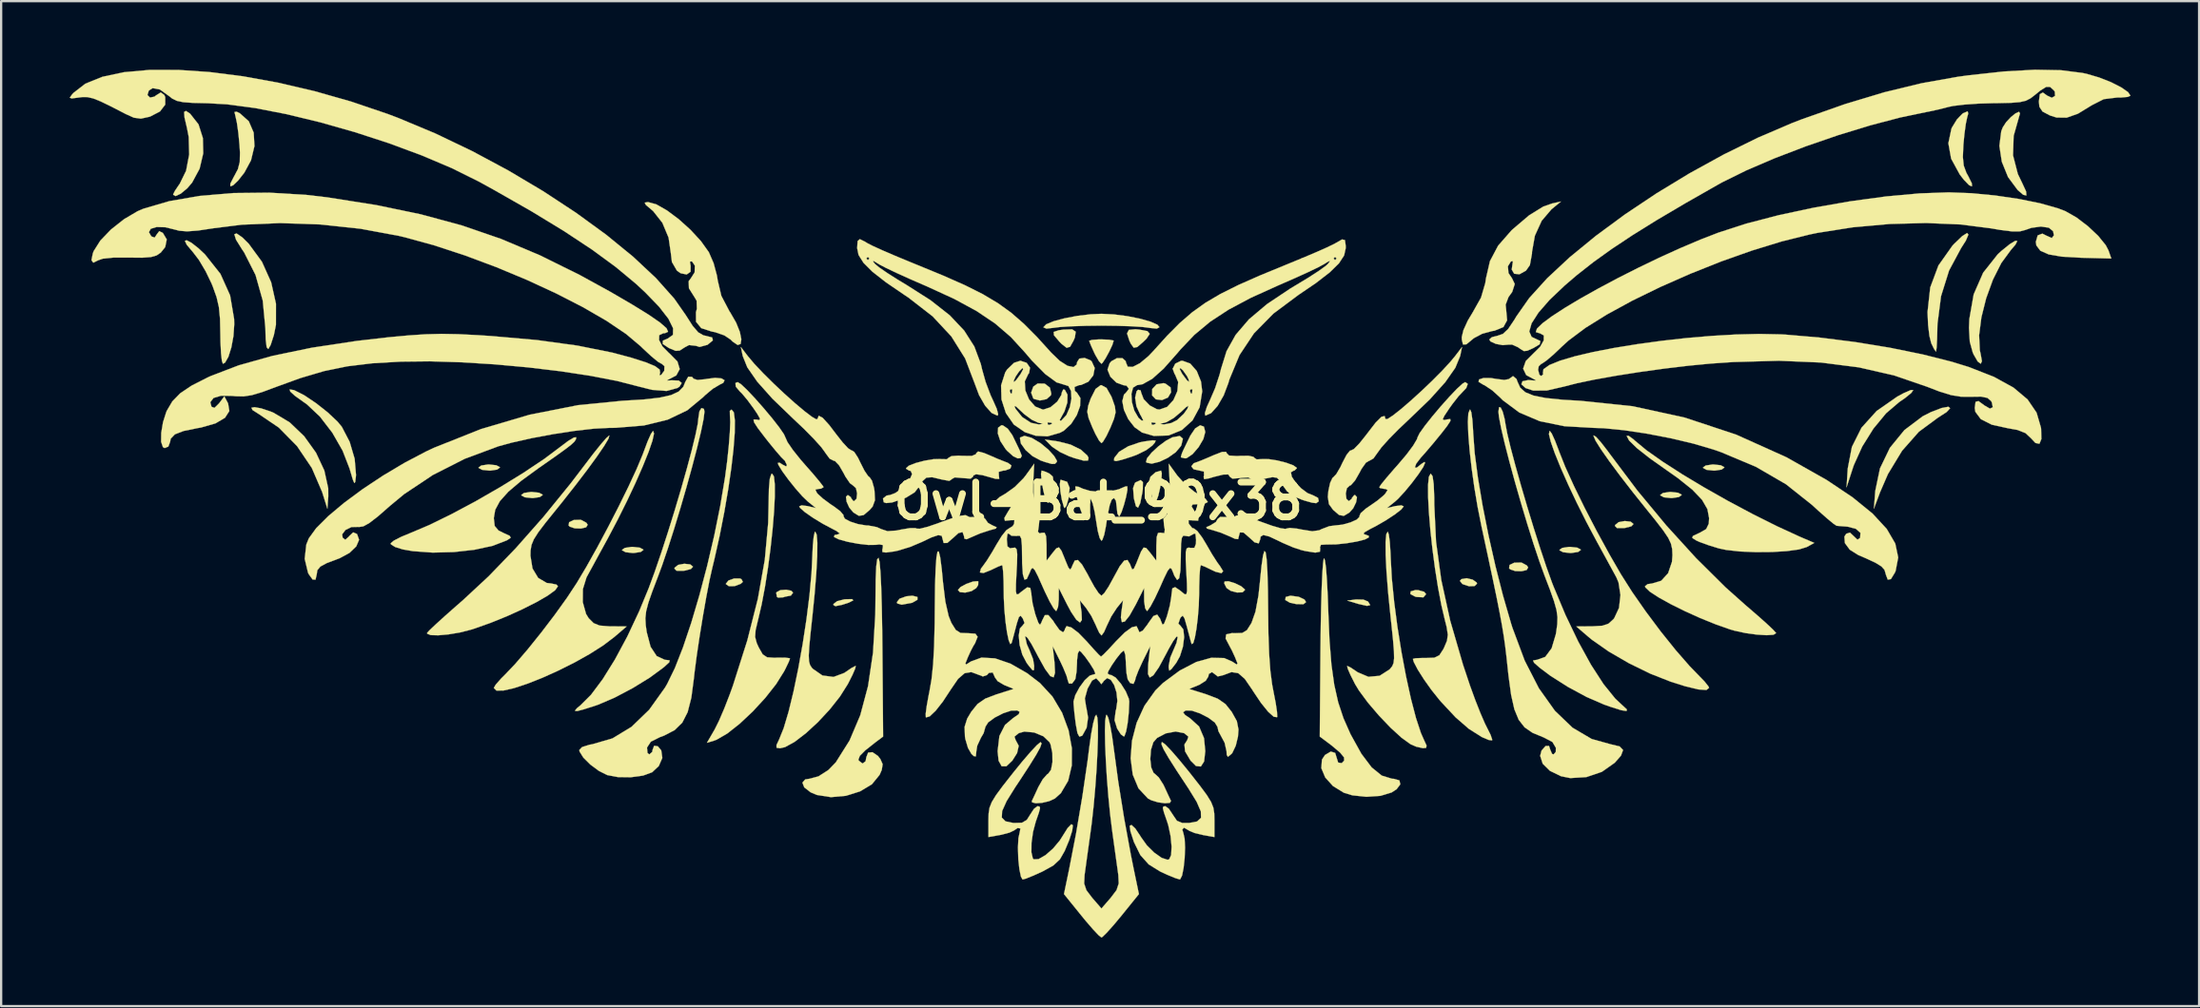
<source format=kicad_pcb>
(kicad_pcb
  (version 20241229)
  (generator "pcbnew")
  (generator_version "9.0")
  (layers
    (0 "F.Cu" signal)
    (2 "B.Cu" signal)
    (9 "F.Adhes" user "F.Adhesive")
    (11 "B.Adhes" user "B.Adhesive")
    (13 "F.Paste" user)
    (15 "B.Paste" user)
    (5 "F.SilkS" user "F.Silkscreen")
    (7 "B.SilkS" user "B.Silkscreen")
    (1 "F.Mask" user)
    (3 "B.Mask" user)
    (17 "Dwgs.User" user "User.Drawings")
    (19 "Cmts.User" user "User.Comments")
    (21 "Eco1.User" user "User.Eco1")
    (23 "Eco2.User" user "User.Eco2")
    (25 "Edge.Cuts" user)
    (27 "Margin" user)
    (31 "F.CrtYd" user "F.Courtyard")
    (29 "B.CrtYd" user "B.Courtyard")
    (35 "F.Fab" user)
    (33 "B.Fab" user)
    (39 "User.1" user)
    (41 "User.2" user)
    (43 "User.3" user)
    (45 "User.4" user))
  (footprint "Owl-Bat_90x38"
    (layer "F.Cu")
    (at 45.038 18.903)
    (property "Reference" "Owl-Bat_90x38" (at 0 0 0) (layer "F.SilkS") (effects (font (size 1.524 1.524) (thickness 0.3))))
    (attr through_hole)
    (fp_poly (pts (xy 11.605 4.316) (xy 11.805 4.399) (xy 11.902 4.555) (xy 11.762 4.59) (xy 11.385 4.505) (xy 11.363 4.498) (xy 10.895 4.358) (xy 11.279 4.308) (xy 11.605 4.316)) (stroke (width 0.01) (type solid)) (fill yes) (layer "F.SilkS"))
    (fp_poly (pts (xy 8.773 4.193) (xy 9.027 4.315) (xy 9.091 4.426) (xy 8.975 4.517) (xy 8.666 4.511) (xy 8.389 4.453) (xy 8.181 4.333) (xy 8.2 4.2) (xy 8.411 4.144) (xy 8.773 4.193)) (stroke (width 0.01) (type solid)) (fill yes) (layer "F.SilkS"))
    (fp_poly (pts (xy 14.003 3.901) (xy 14.262 3.972) (xy 14.348 4.074) (xy 14.229 4.215) (xy 13.928 4.199) (xy 13.87 4.185) (xy 13.657 4.073) (xy 13.672 3.955) (xy 13.882 3.896) (xy 14.003 3.901)) (stroke (width 0.01) (type solid)) (fill yes) (layer "F.SilkS"))
    (fp_poly (pts (xy -17.868 2.773) (xy -17.747 2.874) (xy -17.84 2.975) (xy -18.112 3.045) (xy -18.162 3.051) (xy -18.471 3.05) (xy -18.561 2.958) (xy -18.552 2.917) (xy -18.399 2.794) (xy -18.129 2.744) (xy -17.868 2.773)) (stroke (width 0.01) (type solid)) (fill yes) (layer "F.SilkS"))
    (fp_poly (pts (xy -15.693 3.39) (xy -15.628 3.417) (xy -15.565 3.537) (xy -15.66 3.624) (xy -15.925 3.724) (xy -16.178 3.727) (xy -16.308 3.636) (xy -16.309 3.618) (xy -16.198 3.479) (xy -15.949 3.39) (xy -15.693 3.39)) (stroke (width 0.01) (type solid)) (fill yes) (layer "F.SilkS"))
    (fp_poly (pts (xy -10.73 4.346) (xy -10.92 4.445) (xy -11.22 4.543) (xy -11.514 4.603) (xy -11.604 4.549) (xy -11.596 4.505) (xy -11.44 4.385) (xy -11.129 4.305) (xy -11.086 4.3) (xy -10.783 4.293) (xy -10.73 4.346)) (stroke (width 0.01) (type solid)) (fill yes) (layer "F.SilkS"))
    (fp_poly (pts (xy -7.922 4.199) (xy -7.923 4.322) (xy -8.138 4.446) (xy -8.188 4.461) (xy -8.611 4.538) (xy -8.807 4.482) (xy -8.823 4.426) (xy -8.705 4.276) (xy -8.412 4.171) (xy -8.144 4.144) (xy -7.922 4.199)) (stroke (width 0.01) (type solid)) (fill yes) (layer "F.SilkS"))
    (fp_poly (pts (xy 2.934 -5.149) (xy 3.161 -4.981) (xy 3.183 -4.768) (xy 3.045 -4.536) (xy 2.785 -4.427) (xy 2.515 -4.459) (xy 2.352 -4.629) (xy 2.357 -4.912) (xy 2.549 -5.116) (xy 2.85 -5.168) (xy 2.934 -5.149)) (stroke (width 0.01) (type solid)) (fill yes) (layer "F.SilkS"))
    (fp_poly (pts (xy 16.389 3.441) (xy 16.562 3.568) (xy 16.577 3.618) (xy 16.47 3.721) (xy 16.226 3.729) (xy 15.957 3.641) (xy 15.928 3.624) (xy 15.825 3.493) (xy 15.895 3.417) (xy 16.124 3.378) (xy 16.389 3.441)) (stroke (width 0.01) (type solid)) (fill yes) (layer "F.SilkS"))
    (fp_poly (pts (xy 23.306 0.902) (xy 23.428 1.003) (xy 23.335 1.103) (xy 23.063 1.174) (xy 23.013 1.179) (xy 22.703 1.179) (xy 22.614 1.087) (xy 22.623 1.046) (xy 22.776 0.922) (xy 23.046 0.872) (xy 23.306 0.902)) (stroke (width 0.01) (type solid)) (fill yes) (layer "F.SilkS"))
    (fp_poly (pts (xy -22.645 0.824) (xy -22.417 0.947) (xy -22.359 1.036) (xy -22.426 1.147) (xy -22.65 1.201) (xy -22.924 1.193) (xy -23.145 1.118) (xy -23.195 1.069) (xy -23.172 0.924) (xy -22.97 0.828) (xy -22.675 0.819) (xy -22.645 0.824)) (stroke (width 0.01) (type solid)) (fill yes) (layer "F.SilkS"))
    (fp_poly (pts (xy -5.257 3.521) (xy -5.263 3.675) (xy -5.345 3.807) (xy -5.553 3.942) (xy -5.828 4.007) (xy -6.062 3.989) (xy -6.149 3.893) (xy -6.038 3.765) (xy -5.78 3.626) (xy -5.491 3.524) (xy -5.283 3.507) (xy -5.257 3.521)) (stroke (width 0.01) (type solid)) (fill yes) (layer "F.SilkS"))
    (fp_poly (pts (xy -2.35 -5.146) (xy -2.124 -4.973) (xy -2.062 -4.707) (xy -2.081 -4.636) (xy -2.265 -4.47) (xy -2.56 -4.408) (xy -2.822 -4.476) (xy -2.852 -4.501) (xy -2.945 -4.751) (xy -2.851 -5.015) (xy -2.659 -5.152) (xy -2.35 -5.146)) (stroke (width 0.01) (type solid)) (fill yes) (layer "F.SilkS"))
    (fp_poly (pts (xy -1.368 -0.846) (xy -1.259 -0.581) (xy -1.306 -0.119) (xy -1.395 0.197) (xy -1.476 0.305) (xy -1.508 0.267) (xy -1.6 -0.057) (xy -1.664 -0.423) (xy -1.688 -0.742) (xy -1.664 -0.921) (xy -1.644 -0.934) (xy -1.368 -0.846)) (stroke (width 0.01) (type solid)) (fill yes) (layer "F.SilkS"))
    (fp_poly (pts (xy 5.974 3.595) (xy 6.25 3.729) (xy 6.409 3.865) (xy 6.417 3.893) (xy 6.312 3.995) (xy 6.068 4.004) (xy 5.795 3.932) (xy 5.612 3.807) (xy 5.509 3.605) (xy 5.525 3.521) (xy 5.694 3.51) (xy 5.974 3.595)) (stroke (width 0.01) (type solid)) (fill yes) (layer "F.SilkS"))
    (fp_poly (pts (xy 18.53 2.696) (xy 18.758 2.819) (xy 18.816 2.908) (xy 18.749 3.019) (xy 18.525 3.072) (xy 18.25 3.064) (xy 18.03 2.99) (xy 17.98 2.94) (xy 18.002 2.795) (xy 18.205 2.699) (xy 18.5 2.691) (xy 18.53 2.696)) (stroke (width 0.01) (type solid)) (fill yes) (layer "F.SilkS"))
    (fp_poly (pts (xy -26.361 -1.571) (xy -26.206 -1.488) (xy -26.202 -1.471) (xy -26.32 -1.382) (xy -26.609 -1.338) (xy -26.67 -1.337) (xy -26.979 -1.37) (xy -27.134 -1.453) (xy -27.138 -1.471) (xy -27.02 -1.559) (xy -26.731 -1.603) (xy -26.67 -1.604) (xy -26.361 -1.571)) (stroke (width 0.01) (type solid)) (fill yes) (layer "F.SilkS"))
    (fp_poly (pts (xy -24.489 -0.367) (xy -24.335 -0.285) (xy -24.331 -0.267) (xy -24.448 -0.179) (xy -24.737 -0.135) (xy -24.798 -0.134) (xy -25.108 -0.167) (xy -25.262 -0.25) (xy -25.266 -0.267) (xy -25.149 -0.356) (xy -24.86 -0.4) (xy -24.798 -0.401) (xy -24.489 -0.367)) (stroke (width 0.01) (type solid)) (fill yes) (layer "F.SilkS"))
    (fp_poly (pts (xy -20.078 2.039) (xy -19.923 2.121) (xy -19.919 2.139) (xy -20.036 2.227) (xy -20.325 2.271) (xy -20.387 2.273) (xy -20.696 2.239) (xy -20.851 2.156) (xy -20.855 2.139) (xy -20.737 2.051) (xy -20.448 2.006) (xy -20.387 2.005) (xy -20.078 2.039)) (stroke (width 0.01) (type solid)) (fill yes) (layer "F.SilkS"))
    (fp_poly (pts (xy -13.44 3.928) (xy -13.368 4.011) (xy -13.462 4.14) (xy -13.491 4.144) (xy -13.72 4.188) (xy -13.799 4.215) (xy -14.018 4.228) (xy -14.074 4.197) (xy -14.105 4.018) (xy -14.092 3.992) (xy -13.925 3.901) (xy -13.666 3.881) (xy -13.44 3.928)) (stroke (width 0.01) (type solid)) (fill yes) (layer "F.SilkS"))
    (fp_poly (pts (xy -0.992 -7.421) (xy -1.03 -7.169) (xy -1.089 -7.028) (xy -1.239 -6.761) (xy -1.39 -6.715) (xy -1.611 -6.886) (xy -1.715 -6.994) (xy -1.944 -7.265) (xy -1.958 -7.411) (xy -1.735 -7.485) (xy -1.529 -7.513) (xy -1.148 -7.525) (xy -0.992 -7.421)) (stroke (width 0.01) (type solid)) (fill yes) (layer "F.SilkS"))
    (fp_poly (pts (xy 1.797 -7.513) (xy 2.148 -7.446) (xy 2.248 -7.329) (xy 2.111 -7.12) (xy 1.963 -6.975) (xy 1.701 -6.749) (xy 1.546 -6.72) (xy 1.419 -6.896) (xy 1.357 -7.028) (xy 1.253 -7.345) (xy 1.332 -7.501) (xy 1.624 -7.529) (xy 1.797 -7.513)) (stroke (width 0.01) (type solid)) (fill yes) (layer "F.SilkS"))
    (fp_poly (pts (xy 1.949 -0.835) (xy 1.945 -0.534) (xy 1.923 -0.368) (xy 1.832 0.088) (xy 1.737 0.287) (xy 1.644 0.226) (xy 1.559 -0.098) (xy 1.551 -0.148) (xy 1.519 -0.573) (xy 1.6 -0.797) (xy 1.632 -0.822) (xy 1.851 -0.921) (xy 1.949 -0.835)) (stroke (width 0.01) (type solid)) (fill yes) (layer "F.SilkS"))
    (fp_poly (pts (xy 20.963 2.039) (xy 21.118 2.121) (xy 21.122 2.139) (xy 21.005 2.227) (xy 20.716 2.271) (xy 20.654 2.273) (xy 20.345 2.239) (xy 20.19 2.156) (xy 20.186 2.139) (xy 20.304 2.051) (xy 20.593 2.006) (xy 20.654 2.005) (xy 20.963 2.039)) (stroke (width 0.01) (type solid)) (fill yes) (layer "F.SilkS"))
    (fp_poly (pts (xy 25.375 -0.367) (xy 25.53 -0.285) (xy 25.534 -0.267) (xy 25.416 -0.179) (xy 25.127 -0.135) (xy 25.066 -0.134) (xy 24.757 -0.167) (xy 24.602 -0.25) (xy 24.598 -0.267) (xy 24.715 -0.356) (xy 25.004 -0.4) (xy 25.066 -0.401) (xy 25.375 -0.367)) (stroke (width 0.01) (type solid)) (fill yes) (layer "F.SilkS"))
    (fp_poly (pts (xy 27.247 -1.571) (xy 27.401 -1.488) (xy 27.405 -1.471) (xy 27.288 -1.382) (xy 26.999 -1.338) (xy 26.937 -1.337) (xy 26.628 -1.37) (xy 26.474 -1.453) (xy 26.469 -1.471) (xy 26.587 -1.559) (xy 26.876 -1.603) (xy 26.937 -1.604) (xy 27.247 -1.571)) (stroke (width 0.01) (type solid)) (fill yes) (layer "F.SilkS"))
    (fp_poly (pts (xy -1.738 -2.61) (xy -1.212 -2.473) (xy -0.767 -2.254) (xy -0.481 -1.994) (xy -0.432 -1.897) (xy -0.452 -1.778) (xy -0.646 -1.772) (xy -1.041 -1.881) (xy -1.27 -1.96) (xy -1.681 -2.15) (xy -2.02 -2.377) (xy -2.072 -2.425) (xy -2.339 -2.699) (xy -1.738 -2.61)) (stroke (width 0.01) (type solid)) (fill yes) (layer "F.SilkS"))
    (fp_poly (pts (xy 2.777 -1.223) (xy 2.759 -0.94) (xy 2.702 -0.581) (xy 2.622 -0.235) (xy 2.535 -0.002) (xy 2.446 0.076) (xy 2.371 -0.081) (xy 2.342 -0.202) (xy 2.264 -0.573) (xy 2.21 -0.837) (xy 2.28 -1.068) (xy 2.504 -1.266) (xy 2.743 -1.337) (xy 2.777 -1.223)) (stroke (width 0.01) (type solid)) (fill yes) (layer "F.SilkS"))
    (fp_poly (pts (xy -2.299 -1.28) (xy -2.147 -1.208) (xy -1.997 -1.076) (xy -1.962 -0.85) (xy -2.005 -0.534) (xy -2.106 -0.094) (xy -2.199 0.083) (xy -2.288 0.002) (xy -2.32 -0.09) (xy -2.419 -0.492) (xy -2.487 -0.888) (xy -2.512 -1.196) (xy -2.486 -1.335) (xy -2.479 -1.337) (xy -2.299 -1.28)) (stroke (width 0.01) (type solid)) (fill yes) (layer "F.SilkS"))
    (fp_poly (pts (xy 3.7 -2.733) (xy 3.631 -2.448) (xy 3.611 -2.409) (xy 3.386 -2.142) (xy 3.048 -1.902) (xy 2.673 -1.723) (xy 2.336 -1.64) (xy 2.112 -1.685) (xy 2.086 -1.716) (xy 2.128 -1.875) (xy 2.329 -2.123) (xy 2.626 -2.399) (xy 2.956 -2.645) (xy 3.237 -2.794) (xy 3.564 -2.854) (xy 3.7 -2.733)) (stroke (width 0.01) (type solid)) (fill yes) (layer "F.SilkS"))
    (fp_poly (pts (xy 4.62 -3.263) (xy 4.679 -3.028) (xy 4.595 -2.717) (xy 4.388 -2.365) (xy 4.124 -2.059) (xy 3.87 -1.885) (xy 3.798 -1.872) (xy 3.628 -1.911) (xy 3.609 -1.94) (xy 3.661 -2.104) (xy 3.721 -2.241) (xy 3.859 -2.526) (xy 4.027 -2.873) (xy 4.239 -3.187) (xy 4.455 -3.321) (xy 4.62 -3.263)) (stroke (width 0.01) (type solid)) (fill yes) (layer "F.SilkS"))
    (fp_poly (pts (xy -4.182 -3.318) (xy -3.969 -3.174) (xy -3.767 -2.889) (xy -3.759 -2.873) (xy -3.588 -2.519) (xy -3.454 -2.241) (xy -3.353 -1.983) (xy -3.407 -1.884) (xy -3.531 -1.872) (xy -3.731 -1.967) (xy -3.995 -2.203) (xy -4.065 -2.283) (xy -4.293 -2.633) (xy -4.404 -2.966) (xy -4.391 -3.217) (xy -4.246 -3.323) (xy -4.182 -3.318)) (stroke (width 0.01) (type solid)) (fill yes) (layer "F.SilkS"))
    (fp_poly (pts (xy -2.919 -2.77) (xy -2.532 -2.539) (xy -2.178 -2.243) (xy -1.934 -1.972) (xy -1.816 -1.767) (xy -1.818 -1.717) (xy -1.899 -1.633) (xy -2.042 -1.628) (xy -2.322 -1.708) (xy -2.527 -1.779) (xy -2.88 -1.967) (xy -3.189 -2.238) (xy -3.393 -2.523) (xy -3.435 -2.757) (xy -3.42 -2.789) (xy -3.235 -2.861) (xy -2.919 -2.77)) (stroke (width 0.01) (type solid)) (fill yes) (layer "F.SilkS"))
    (fp_poly (pts (xy 2.509 -2.653) (xy 2.47 -2.558) (xy 2.363 -2.435) (xy 2.093 -2.233) (xy 1.684 -2.031) (xy 1.469 -1.951) (xy 1.022 -1.809) (xy 0.777 -1.752) (xy 0.684 -1.776) (xy 0.693 -1.877) (xy 0.699 -1.897) (xy 0.906 -2.16) (xy 1.302 -2.4) (xy 1.808 -2.574) (xy 2.005 -2.613) (xy 2.368 -2.664) (xy 2.509 -2.653)) (stroke (width 0.01) (type solid)) (fill yes) (layer "F.SilkS"))
    (fp_poly (pts (xy 0.469 -7.071) (xy 0.655 -7.037) (xy 0.668 -7.023) (xy 0.612 -6.843) (xy 0.478 -6.557) (xy 0.317 -6.262) (xy 0.181 -6.056) (xy 0.134 -6.016) (xy 0.028 -6.124) (xy -0.129 -6.394) (xy -0.176 -6.488) (xy -0.32 -6.804) (xy -0.397 -7.002) (xy -0.401 -7.023) (xy -0.282 -7.062) (xy 0.014 -7.084) (xy 0.134 -7.085) (xy 0.469 -7.071)) (stroke (width 0.01) (type solid)) (fill yes) (layer "F.SilkS"))
    (fp_poly (pts (xy 35.675 -4.862) (xy 35.589 -4.739) (xy 35.323 -4.521) (xy 35.054 -4.335) (xy 34.486 -3.849) (xy 33.931 -3.176) (xy 33.442 -2.393) (xy 33.073 -1.575) (xy 33.025 -1.434) (xy 32.755 -0.602) (xy 32.807 -1.428) (xy 32.989 -2.376) (xy 33.409 -3.215) (xy 34.072 -3.949) (xy 34.98 -4.582) (xy 35.259 -4.732) (xy 35.568 -4.866) (xy 35.675 -4.862)) (stroke (width 0.01) (type solid)) (fill yes) (layer "F.SilkS"))
    (fp_poly (pts (xy 37.289 -4.07) (xy 37.141 -3.905) (xy 36.753 -3.653) (xy 36.745 -3.648) (xy 35.922 -3.04) (xy 35.187 -2.208) (xy 34.567 -1.185) (xy 34.217 -0.378) (xy 33.952 0.334) (xy 34.013 -0.45) (xy 34.218 -1.433) (xy 34.654 -2.337) (xy 35.289 -3.114) (xy 36.09 -3.717) (xy 36.452 -3.901) (xy 36.928 -4.082) (xy 37.212 -4.134) (xy 37.289 -4.07)) (stroke (width 0.01) (type solid)) (fill yes) (layer "F.SilkS"))
    (fp_poly (pts (xy -36.658 -4.064) (xy -36.259 -3.932) (xy -36.109 -3.87) (xy -35.403 -3.447) (xy -34.772 -2.843) (xy -34.254 -2.121) (xy -33.889 -1.341) (xy -33.718 -0.562) (xy -33.715 -0.211) (xy -33.755 0.334) (xy -33.985 -0.401) (xy -34.436 -1.451) (xy -35.084 -2.41) (xy -35.883 -3.222) (xy -36.763 -3.818) (xy -37.033 -3.99) (xy -37.081 -4.09) (xy -36.944 -4.115) (xy -36.658 -4.064)) (stroke (width 0.01) (type solid)) (fill yes) (layer "F.SilkS"))
    (fp_poly (pts (xy -37.477 -11.551) (xy -37.201 -11.278) (xy -36.621 -10.487) (xy -36.217 -9.588) (xy -36.006 -8.646) (xy -36.007 -7.726) (xy -36.096 -7.28) (xy -36.237 -6.842) (xy -36.342 -6.661) (xy -36.414 -6.741) (xy -36.456 -7.083) (xy -36.47 -7.589) (xy -36.585 -8.786) (xy -36.9 -9.906) (xy -37.395 -10.886) (xy -37.495 -11.034) (xy -37.756 -11.454) (xy -37.829 -11.689) (xy -37.73 -11.726) (xy -37.477 -11.551)) (stroke (width 0.01) (type solid)) (fill yes) (layer "F.SilkS"))
    (fp_poly (pts (xy 40.348 -16.983) (xy 40.334 -16.936) (xy 40.07 -15.999) (xy 40.043 -15.146) (xy 40.253 -14.333) (xy 40.443 -13.937) (xy 40.615 -13.566) (xy 40.628 -13.39) (xy 40.489 -13.42) (xy 40.244 -13.63) (xy 39.824 -14.197) (xy 39.552 -14.868) (xy 39.446 -15.563) (xy 39.527 -16.199) (xy 39.591 -16.368) (xy 39.741 -16.601) (xy 39.948 -16.822) (xy 40.155 -16.988) (xy 40.308 -17.056) (xy 40.348 -16.983)) (stroke (width 0.01) (type solid)) (fill yes) (layer "F.SilkS"))
    (fp_poly (pts (xy 0.356 -4.958) (xy 0.568 -4.582) (xy 0.602 -4.496) (xy 0.723 -4.147) (xy 0.753 -3.887) (xy 0.683 -3.602) (xy 0.53 -3.226) (xy 0.352 -2.851) (xy 0.202 -2.602) (xy 0.134 -2.54) (xy 0.03 -2.652) (xy -0.131 -2.943) (xy -0.262 -3.226) (xy -0.427 -3.632) (xy -0.487 -3.91) (xy -0.448 -4.173) (xy -0.335 -4.496) (xy -0.124 -4.914) (xy 0.096 -5.077) (xy 0.134 -5.08) (xy 0.356 -4.958)) (stroke (width 0.01) (type solid)) (fill yes) (layer "F.SilkS"))
    (fp_poly (pts (xy -39.765 -16.973) (xy -39.397 -16.505) (xy -39.206 -15.904) (xy -39.191 -15.235) (xy -39.349 -14.563) (xy -39.678 -13.952) (xy -39.891 -13.704) (xy -40.177 -13.467) (xy -40.401 -13.364) (xy -40.505 -13.421) (xy -40.506 -13.441) (xy -40.434 -13.586) (xy -40.258 -13.849) (xy -40.22 -13.9) (xy -39.941 -14.471) (xy -39.805 -15.186) (xy -39.826 -15.954) (xy -39.902 -16.344) (xy -40.01 -16.809) (xy -40.026 -17.05) (xy -39.944 -17.093) (xy -39.765 -16.973)) (stroke (width 0.01) (type solid)) (fill yes) (layer "F.SilkS"))
    (fp_poly (pts (xy -37.586 -16.989) (xy -37.196 -16.641) (xy -36.982 -16.144) (xy -36.948 -15.555) (xy -37.099 -14.929) (xy -37.388 -14.393) (xy -37.664 -14.042) (xy -37.879 -13.837) (xy -38.003 -13.788) (xy -38.004 -13.908) (xy -37.851 -14.207) (xy -37.84 -14.225) (xy -37.673 -14.541) (xy -37.592 -14.854) (xy -37.582 -15.265) (xy -37.603 -15.614) (xy -37.653 -16.127) (xy -37.716 -16.572) (xy -37.771 -16.826) (xy -37.822 -17.046) (xy -37.728 -17.059) (xy -37.586 -16.989)) (stroke (width 0.01) (type solid)) (fill yes) (layer "F.SilkS"))
    (fp_poly (pts (xy 38.081 -16.974) (xy 38.039 -16.826) (xy 37.976 -16.53) (xy 37.914 -16.072) (xy 37.87 -15.611) (xy 37.847 -15.073) (xy 37.885 -14.698) (xy 38 -14.386) (xy 38.081 -14.24) (xy 38.241 -13.918) (xy 38.245 -13.787) (xy 38.12 -13.84) (xy 37.893 -14.074) (xy 37.711 -14.309) (xy 37.334 -15.001) (xy 37.212 -15.676) (xy 37.346 -16.315) (xy 37.372 -16.372) (xy 37.588 -16.723) (xy 37.827 -16.971) (xy 37.87 -16.998) (xy 38.059 -17.076) (xy 38.081 -16.974)) (stroke (width 0.01) (type solid)) (fill yes) (layer "F.SilkS"))
    (fp_poly (pts (xy -35.229 -4.865) (xy -35.192 -4.852) (xy -34.765 -4.636) (xy -34.251 -4.29) (xy -33.737 -3.884) (xy -33.313 -3.485) (xy -33.123 -3.256) (xy -32.78 -2.598) (xy -32.561 -1.854) (xy -32.502 -1.148) (xy -32.509 -1.059) (xy -32.537 -0.834) (xy -32.577 -0.791) (xy -32.645 -0.954) (xy -32.761 -1.348) (xy -32.783 -1.424) (xy -33.088 -2.209) (xy -33.538 -2.995) (xy -34.079 -3.699) (xy -34.652 -4.24) (xy -34.787 -4.335) (xy -35.168 -4.606) (xy -35.38 -4.799) (xy -35.407 -4.893) (xy -35.229 -4.865)) (stroke (width 0.01) (type solid)) (fill yes) (layer "F.SilkS"))
    (fp_poly (pts (xy 38.09 -11.675) (xy 37.976 -11.408) (xy 37.769 -11.083) (xy 37.243 -10.103) (xy 36.891 -8.977) (xy 36.736 -7.775) (xy 36.731 -7.587) (xy 36.718 -7.098) (xy 36.699 -6.734) (xy 36.675 -6.558) (xy 36.67 -6.551) (xy 36.59 -6.658) (xy 36.463 -6.917) (xy 36.462 -6.918) (xy 36.383 -7.234) (xy 36.325 -7.715) (xy 36.301 -8.261) (xy 36.301 -8.288) (xy 36.419 -9.363) (xy 36.778 -10.324) (xy 37.383 -11.181) (xy 37.458 -11.263) (xy 37.819 -11.61) (xy 38.034 -11.745) (xy 38.09 -11.675)) (stroke (width 0.01) (type solid)) (fill yes) (layer "F.SilkS"))
    (fp_poly (pts (xy 40.231 -11.396) (xy 40.149 -11.235) (xy 39.943 -10.994) (xy 39.53 -10.43) (xy 39.164 -9.704) (xy 38.867 -8.887) (xy 38.658 -8.051) (xy 38.558 -7.267) (xy 38.589 -6.608) (xy 38.625 -6.45) (xy 38.682 -6.126) (xy 38.627 -6.018) (xy 38.494 -6.12) (xy 38.318 -6.425) (xy 38.278 -6.516) (xy 38.15 -6.984) (xy 38.115 -7.587) (xy 38.131 -7.977) (xy 38.32 -9.057) (xy 38.736 -10.007) (xy 39.373 -10.812) (xy 39.532 -10.959) (xy 39.898 -11.255) (xy 40.139 -11.402) (xy 40.231 -11.396)) (stroke (width 0.01) (type solid)) (fill yes) (layer "F.SilkS"))
    (fp_poly (pts (xy 0.688 -8.178) (xy 1.271 -8.102) (xy 1.821 -7.992) (xy 2.279 -7.863) (xy 2.582 -7.729) (xy 2.674 -7.62) (xy 2.559 -7.557) (xy 2.266 -7.584) (xy 2.239 -7.59) (xy 1.937 -7.628) (xy 1.438 -7.659) (xy 0.811 -7.679) (xy 0.134 -7.687) (xy -0.551 -7.679) (xy -1.178 -7.658) (xy -1.675 -7.627) (xy -1.972 -7.59) (xy -2.275 -7.556) (xy -2.406 -7.612) (xy -2.406 -7.62) (xy -2.283 -7.748) (xy -1.954 -7.882) (xy -1.48 -8.009) (xy -0.921 -8.115) (xy -0.339 -8.185) (xy 0.134 -8.206) (xy 0.688 -8.178)) (stroke (width 0.01) (type solid)) (fill yes) (layer "F.SilkS"))
    (fp_poly (pts (xy -39.706 -11.317) (xy -39.395 -11.073) (xy -39.114 -10.808) (xy -38.438 -9.956) (xy -38.014 -9.013) (xy -37.838 -7.975) (xy -37.833 -7.744) (xy -37.868 -7.23) (xy -37.959 -6.734) (xy -38.088 -6.323) (xy -38.234 -6.067) (xy -38.327 -6.016) (xy -38.373 -6.141) (xy -38.411 -6.475) (xy -38.435 -6.962) (xy -38.441 -7.32) (xy -38.456 -7.992) (xy -38.505 -8.497) (xy -38.605 -8.934) (xy -38.773 -9.403) (xy -38.827 -9.535) (xy -39.083 -10.067) (xy -39.38 -10.567) (xy -39.64 -10.907) (xy -39.911 -11.228) (xy -39.993 -11.4) (xy -39.915 -11.427) (xy -39.706 -11.317)) (stroke (width 0.01) (type solid)) (fill yes) (layer "F.SilkS"))
    (fp_poly (pts (xy 23.416 -2.714) (xy 23.495 -2.643) (xy 23.995 -2.228) (xy 24.697 -1.732) (xy 25.556 -1.179) (xy 26.529 -0.595) (xy 27.573 -0.004) (xy 28.644 0.567) (xy 29.698 1.095) (xy 30.692 1.552) (xy 30.878 1.632) (xy 31.342 1.83) (xy 31.011 2.013) (xy 30.672 2.117) (xy 30.139 2.19) (xy 29.483 2.23) (xy 28.775 2.235) (xy 28.086 2.206) (xy 27.489 2.139) (xy 27.164 2.071) (xy 26.708 1.931) (xy 26.322 1.79) (xy 26.173 1.723) (xy 26.001 1.614) (xy 26.024 1.53) (xy 26.268 1.413) (xy 26.314 1.394) (xy 26.608 1.226) (xy 26.722 0.99) (xy 26.737 0.746) (xy 26.663 0.349) (xy 26.427 -0.058) (xy 26.004 -0.501) (xy 25.372 -1.007) (xy 24.901 -1.339) (xy 24.131 -1.884) (xy 23.573 -2.324) (xy 23.236 -2.653) (xy 23.127 -2.857) (xy 23.21 -2.863) (xy 23.416 -2.714)) (stroke (width 0.01) (type solid)) (fill yes) (layer "F.SilkS"))
    (fp_poly (pts (xy -22.86 -2.79) (xy -22.875 -2.704) (xy -22.941 -2.604) (xy -23.091 -2.464) (xy -23.358 -2.259) (xy -23.774 -1.959) (xy -24.373 -1.54) (xy -24.495 -1.455) (xy -25.272 -0.888) (xy -25.833 -0.412) (xy -26.204 0.002) (xy -26.407 0.379) (xy -26.469 0.746) (xy -26.43 1.089) (xy -26.261 1.288) (xy -26.047 1.394) (xy -25.775 1.519) (xy -25.727 1.604) (xy -25.876 1.706) (xy -25.902 1.72) (xy -26.519 1.958) (xy -27.318 2.131) (xy -28.219 2.232) (xy -29.144 2.255) (xy -30.012 2.192) (xy -30.455 2.115) (xy -30.791 2.01) (xy -30.973 1.893) (xy -30.984 1.846) (xy -30.843 1.729) (xy -30.522 1.564) (xy -30.14 1.406) (xy -29.302 1.051) (xy -28.319 0.57) (xy -27.256 0.001) (xy -26.18 -0.618) (xy -25.158 -1.248) (xy -24.254 -1.853) (xy -23.562 -2.373) (xy -23.214 -2.635) (xy -22.963 -2.786) (xy -22.86 -2.795) (xy -22.86 -2.79)) (stroke (width 0.01) (type solid)) (fill yes) (layer "F.SilkS"))
    (fp_poly (pts (xy -9.623 2.489) (xy -9.58 2.665) (xy -9.542 3.09) (xy -9.509 3.746) (xy -9.483 4.617) (xy -9.464 5.682) (xy -9.456 6.47) (xy -9.425 10.315) (xy -9.759 10.565) (xy -10.204 10.917) (xy -10.445 11.161) (xy -10.507 11.325) (xy -10.491 11.368) (xy -10.325 11.496) (xy -10.192 11.395) (xy -10.16 11.22) (xy -10.081 11.016) (xy -9.889 11) (xy -9.652 11.163) (xy -9.547 11.296) (xy -9.445 11.526) (xy -9.485 11.778) (xy -9.579 11.993) (xy -9.914 12.403) (xy -10.431 12.715) (xy -11.054 12.91) (xy -11.71 12.969) (xy -12.324 12.873) (xy -12.6 12.757) (xy -12.878 12.54) (xy -12.958 12.332) (xy -12.836 12.192) (xy -12.663 12.165) (xy -12.257 12.059) (xy -11.823 11.781) (xy -11.497 11.445) (xy -10.894 10.487) (xy -10.425 9.381) (xy -10.085 8.106) (xy -9.867 6.638) (xy -9.767 4.958) (xy -9.759 4.253) (xy -9.751 3.426) (xy -9.726 2.86) (xy -9.684 2.549) (xy -9.625 2.487) (xy -9.623 2.489)) (stroke (width 0.01) (type solid)) (fill yes) (layer "F.SilkS"))
    (fp_poly (pts (xy 19.834 -12.782) (xy 19.407 -12.28) (xy 19.109 -11.626) (xy 18.984 -10.92) (xy 18.983 -10.846) (xy 18.891 -10.339) (xy 18.721 -10.098) (xy 18.434 -9.937) (xy 18.202 -9.961) (xy 18.096 -10.146) (xy 18.119 -10.31) (xy 18.148 -10.509) (xy 18.062 -10.503) (xy 17.928 -10.287) (xy 17.954 -9.991) (xy 18.106 -9.766) (xy 18.229 -9.51) (xy 18.117 -9.164) (xy 17.954 -8.939) (xy 17.83 -8.607) (xy 17.852 -8.381) (xy 17.894 -7.921) (xy 17.732 -7.625) (xy 17.346 -7.467) (xy 17.229 -7.448) (xy 16.799 -7.331) (xy 16.437 -7.138) (xy 16.388 -7.096) (xy 16.111 -6.869) (xy 15.963 -6.859) (xy 15.911 -7.072) (xy 15.908 -7.187) (xy 15.982 -7.491) (xy 16.173 -7.909) (xy 16.393 -8.277) (xy 16.752 -8.916) (xy 16.938 -9.55) (xy 16.967 -9.752) (xy 17.143 -10.515) (xy 17.501 -11.192) (xy 18.079 -11.853) (xy 18.139 -11.91) (xy 18.858 -12.521) (xy 19.475 -12.902) (xy 19.86 -13.038) (xy 20.253 -13.126) (xy 19.834 -12.782)) (stroke (width 0.01) (type solid)) (fill yes) (layer "F.SilkS"))
    (fp_poly (pts (xy -14.204 -1.078) (xy -14.167 -0.731) (xy -14.167 -0.201) (xy -14.201 0.47) (xy -14.265 1.242) (xy -14.355 2.074) (xy -14.467 2.926) (xy -14.597 3.755) (xy -14.742 4.523) (xy -14.897 5.189) (xy -14.903 5.211) (xy -15.008 5.654) (xy -15.028 5.952) (xy -14.959 6.215) (xy -14.868 6.415) (xy -14.698 6.712) (xy -14.506 6.842) (xy -14.186 6.864) (xy -14.07 6.859) (xy -13.723 6.857) (xy -13.522 6.882) (xy -13.502 6.898) (xy -13.558 7.046) (xy -13.698 7.339) (xy -13.759 7.458) (xy -14.109 8.017) (xy -14.584 8.62) (xy -15.133 9.216) (xy -15.706 9.754) (xy -16.25 10.183) (xy -16.714 10.452) (xy -16.824 10.493) (xy -17.138 10.588) (xy -16.801 10.006) (xy -16.611 9.625) (xy -16.376 9.078) (xy -16.133 8.452) (xy -16.002 8.088) (xy -15.37 6.1) (xy -14.907 4.274) (xy -14.605 2.572) (xy -14.457 0.956) (xy -14.439 0.167) (xy -14.426 -0.531) (xy -14.387 -0.976) (xy -14.32 -1.184) (xy -14.284 -1.203) (xy -14.204 -1.078)) (stroke (width 0.01) (type solid)) (fill yes) (layer "F.SilkS"))
    (fp_poly (pts (xy -12.334 1.465) (xy -12.304 1.83) (xy -12.31 2.405) (xy -12.351 3.164) (xy -12.425 4.08) (xy -12.522 5.044) (xy -12.606 5.824) (xy -12.659 6.382) (xy -12.68 6.764) (xy -12.669 7.013) (xy -12.626 7.175) (xy -12.551 7.293) (xy -12.508 7.343) (xy -12.082 7.639) (xy -11.595 7.703) (xy -11.122 7.526) (xy -11.086 7.5) (xy -10.812 7.313) (xy -10.637 7.221) (xy -10.625 7.219) (xy -10.643 7.326) (xy -10.763 7.607) (xy -10.962 8.001) (xy -10.971 8.017) (xy -11.316 8.564) (xy -11.767 9.133) (xy -12.277 9.681) (xy -12.803 10.166) (xy -13.298 10.546) (xy -13.718 10.777) (xy -13.94 10.828) (xy -14.091 10.805) (xy -14.093 10.686) (xy -13.981 10.448) (xy -13.778 9.946) (xy -13.564 9.228) (xy -13.348 8.342) (xy -13.14 7.339) (xy -12.948 6.268) (xy -12.781 5.179) (xy -12.648 4.121) (xy -12.559 3.144) (xy -12.525 2.441) (xy -12.502 1.936) (xy -12.463 1.552) (xy -12.416 1.353) (xy -12.399 1.338) (xy -12.334 1.465)) (stroke (width 0.01) (type solid)) (fill yes) (layer "F.SilkS"))
    (fp_poly (pts (xy 21.789 -2.813) (xy 22.005 -2.572) (xy 22.292 -2.202) (xy 22.407 -2.045) (xy 23.593 -0.467) (xy 24.863 1.065) (xy 26.167 2.498) (xy 27.455 3.775) (xy 28.318 4.545) (xy 28.817 4.975) (xy 29.234 5.345) (xy 29.529 5.623) (xy 29.665 5.771) (xy 29.669 5.782) (xy 29.558 5.854) (xy 29.254 5.874) (xy 28.823 5.848) (xy 28.334 5.781) (xy 27.853 5.677) (xy 27.673 5.626) (xy 27.033 5.401) (xy 26.353 5.126) (xy 25.679 4.821) (xy 25.056 4.512) (xy 24.528 4.219) (xy 24.143 3.968) (xy 23.946 3.78) (xy 23.929 3.732) (xy 24.043 3.637) (xy 24.24 3.609) (xy 24.642 3.488) (xy 24.944 3.155) (xy 25.111 2.66) (xy 25.133 2.372) (xy 25.121 2.103) (xy 25.068 1.865) (xy 24.947 1.608) (xy 24.728 1.283) (xy 24.386 0.84) (xy 24.03 0.399) (xy 23.403 -0.385) (xy 22.844 -1.107) (xy 22.372 -1.742) (xy 22.008 -2.262) (xy 21.77 -2.64) (xy 21.678 -2.85) (xy 21.684 -2.879) (xy 21.789 -2.813)) (stroke (width 0.01) (type solid)) (fill yes) (layer "F.SilkS"))
    (fp_poly (pts (xy -21.41 -2.873) (xy -21.449 -2.732) (xy -21.639 -2.414) (xy -21.958 -1.947) (xy -22.386 -1.361) (xy -22.903 -0.683) (xy -23.487 0.058) (xy -23.762 0.399) (xy -24.215 0.961) (xy -24.524 1.369) (xy -24.716 1.672) (xy -24.818 1.919) (xy -24.859 2.161) (xy -24.865 2.391) (xy -24.775 2.951) (xy -24.527 3.364) (xy -24.153 3.585) (xy -23.954 3.609) (xy -23.724 3.657) (xy -23.662 3.732) (xy -23.781 3.901) (xy -24.107 4.139) (xy -24.597 4.423) (xy -25.207 4.731) (xy -25.892 5.042) (xy -26.61 5.333) (xy -27.316 5.583) (xy -27.472 5.633) (xy -27.957 5.756) (xy -28.453 5.839) (xy -28.898 5.879) (xy -29.23 5.87) (xy -29.387 5.808) (xy -29.388 5.771) (xy -29.276 5.649) (xy -28.998 5.386) (xy -28.589 5.015) (xy -28.087 4.571) (xy -27.814 4.333) (xy -26.694 3.292) (xy -25.506 2.061) (xy -24.296 0.691) (xy -23.11 -0.768) (xy -22.498 -1.571) (xy -22.111 -2.079) (xy -21.78 -2.491) (xy -21.538 -2.769) (xy -21.416 -2.874) (xy -21.41 -2.873)) (stroke (width 0.01) (type solid)) (fill yes) (layer "F.SilkS"))
    (fp_poly (pts (xy 1.271 -0.491) (xy 1.213 -0.188) (xy 1.118 0.168) (xy 1.013 0.482) (xy 0.925 0.657) (xy 0.905 0.668) (xy 0.833 0.552) (xy 0.802 0.272) (xy 0.802 0.267) (xy 0.768 -0.014) (xy 0.684 -0.134) (xy 0.683 -0.134) (xy 0.585 -0.065) (xy 0.497 0.168) (xy 0.407 0.6) (xy 0.329 1.103) (xy 0.256 1.472) (xy 0.173 1.701) (xy 0.134 1.738) (xy 0.056 1.619) (xy -0.025 1.315) (xy -0.061 1.103) (xy -0.16 0.488) (xy -0.249 0.102) (xy -0.338 -0.092) (xy -0.416 -0.134) (xy -0.499 -0.017) (xy -0.535 0.263) (xy -0.535 0.267) (xy -0.565 0.549) (xy -0.637 0.668) (xy -0.638 0.668) (xy -0.717 0.553) (xy -0.819 0.271) (xy -0.92 -0.083) (xy -0.992 -0.412) (xy -1.009 -0.621) (xy -0.999 -0.646) (xy -0.866 -0.626) (xy -0.689 -0.546) (xy -0.382 -0.452) (xy 0.037 -0.403) (xy 0.134 -0.401) (xy 0.556 -0.436) (xy 0.903 -0.521) (xy 0.956 -0.546) (xy 1.182 -0.642) (xy 1.267 -0.646) (xy 1.271 -0.491)) (stroke (width 0.01) (type solid)) (fill yes) (layer "F.SilkS"))
    (fp_poly (pts (xy 12.715 1.462) (xy 12.758 1.792) (xy 12.789 2.267) (xy 12.797 2.481) (xy 12.847 3.393) (xy 12.949 4.418) (xy 13.092 5.506) (xy 13.268 6.608) (xy 13.468 7.673) (xy 13.682 8.653) (xy 13.902 9.496) (xy 14.118 10.153) (xy 14.248 10.448) (xy 14.368 10.709) (xy 14.348 10.81) (xy 14.207 10.824) (xy 13.908 10.756) (xy 13.665 10.65) (xy 13.272 10.366) (xy 12.79 9.925) (xy 12.279 9.39) (xy 11.799 8.827) (xy 11.409 8.299) (xy 11.238 8.017) (xy 11.037 7.619) (xy 10.913 7.333) (xy 10.891 7.219) (xy 10.893 7.219) (xy 11.044 7.291) (xy 11.309 7.468) (xy 11.353 7.5) (xy 11.822 7.697) (xy 12.311 7.653) (xy 12.745 7.375) (xy 12.776 7.343) (xy 12.865 7.229) (xy 12.922 7.092) (xy 12.946 6.886) (xy 12.939 6.567) (xy 12.9 6.09) (xy 12.83 5.412) (xy 12.79 5.044) (xy 12.685 4.007) (xy 12.614 3.102) (xy 12.576 2.356) (xy 12.573 1.795) (xy 12.605 1.447) (xy 12.667 1.338) (xy 12.715 1.462)) (stroke (width 0.01) (type solid)) (fill yes) (layer "F.SilkS"))
    (fp_poly (pts (xy 9.918 2.59) (xy 9.963 2.913) (xy 10.004 3.444) (xy 10.041 4.153) (xy 10.065 4.836) (xy 10.118 6.107) (xy 10.202 7.162) (xy 10.326 8.047) (xy 10.498 8.813) (xy 10.728 9.508) (xy 11.025 10.181) (xy 11.047 10.227) (xy 11.515 11.071) (xy 11.963 11.665) (xy 12.404 12.024) (xy 12.854 12.162) (xy 12.93 12.165) (xy 13.178 12.234) (xy 13.218 12.405) (xy 13.058 12.62) (xy 12.84 12.763) (xy 12.348 12.912) (xy 11.733 12.954) (xy 11.119 12.889) (xy 10.747 12.776) (xy 10.268 12.481) (xy 9.93 12.105) (xy 9.761 11.701) (xy 9.787 11.324) (xy 9.919 11.123) (xy 10.174 10.972) (xy 10.367 11.031) (xy 10.427 11.229) (xy 10.498 11.456) (xy 10.654 11.477) (xy 10.759 11.368) (xy 10.754 11.226) (xy 10.578 11.014) (xy 10.208 10.702) (xy 10.026 10.565) (xy 9.692 10.315) (xy 9.723 6.47) (xy 9.735 5.48) (xy 9.753 4.576) (xy 9.777 3.793) (xy 9.805 3.166) (xy 9.835 2.729) (xy 9.867 2.518) (xy 9.874 2.506) (xy 9.918 2.59)) (stroke (width 0.01) (type solid)) (fill yes) (layer "F.SilkS"))
    (fp_poly (pts (xy 14.63 -1.092) (xy 14.68 -0.748) (xy 14.704 -0.158) (xy 14.706 0.167) (xy 14.782 1.776) (xy 15.011 3.453) (xy 15.402 5.236) (xy 15.962 7.163) (xy 16.271 8.088) (xy 16.496 8.706) (xy 16.724 9.285) (xy 16.922 9.741) (xy 17.014 9.925) (xy 17.172 10.242) (xy 17.241 10.449) (xy 17.236 10.481) (xy 17.092 10.464) (xy 16.816 10.349) (xy 16.777 10.329) (xy 16.219 9.977) (xy 15.642 9.477) (xy 14.998 8.787) (xy 14.929 8.707) (xy 14.582 8.273) (xy 14.253 7.81) (xy 13.981 7.381) (xy 13.809 7.051) (xy 13.769 6.912) (xy 13.889 6.884) (xy 14.188 6.872) (xy 14.338 6.873) (xy 14.711 6.859) (xy 14.927 6.753) (xy 15.096 6.494) (xy 15.136 6.415) (xy 15.262 6.116) (xy 15.298 5.852) (xy 15.247 5.514) (xy 15.17 5.211) (xy 15.015 4.551) (xy 14.87 3.786) (xy 14.739 2.958) (xy 14.626 2.107) (xy 14.535 1.273) (xy 14.47 0.498) (xy 14.435 -0.177) (xy 14.433 -0.713) (xy 14.47 -1.069) (xy 14.547 -1.203) (xy 14.551 -1.203) (xy 14.63 -1.092)) (stroke (width 0.01) (type solid)) (fill yes) (layer "F.SilkS"))
    (fp_poly (pts (xy -19.357 -13.002) (xy -18.891 -12.737) (xy -18.373 -12.351) (xy -17.859 -11.887) (xy -17.402 -11.392) (xy -17.059 -10.912) (xy -17.05 -10.895) (xy -16.847 -10.427) (xy -16.699 -9.875) (xy -16.666 -9.664) (xy -16.507 -8.992) (xy -16.156 -8.322) (xy -16.116 -8.262) (xy -15.859 -7.816) (xy -15.697 -7.412) (xy -15.632 -7.088) (xy -15.664 -6.884) (xy -15.793 -6.839) (xy -16.019 -6.992) (xy -16.104 -7.079) (xy -16.382 -7.263) (xy -16.79 -7.403) (xy -16.928 -7.429) (xy -17.388 -7.578) (xy -17.616 -7.857) (xy -17.619 -8.277) (xy -17.579 -8.422) (xy -17.59 -8.78) (xy -17.681 -8.933) (xy -17.926 -9.322) (xy -17.938 -9.633) (xy -17.839 -9.766) (xy -17.676 -10.023) (xy -17.667 -10.316) (xy -17.794 -10.503) (xy -17.885 -10.492) (xy -17.852 -10.31) (xy -17.855 -10.047) (xy -18.025 -9.929) (xy -18.29 -9.983) (xy -18.453 -10.098) (xy -18.671 -10.473) (xy -18.716 -10.846) (xy -18.817 -11.542) (xy -19.09 -12.194) (xy -19.493 -12.705) (xy -19.567 -12.768) (xy -19.814 -12.977) (xy -19.861 -13.075) (xy -19.724 -13.1) (xy -19.716 -13.1) (xy -19.357 -13.002)) (stroke (width 0.01) (type solid)) (fill yes) (layer "F.SilkS"))
    (fp_poly (pts (xy 19.849 -2.958) (xy 19.989 -2.652) (xy 20.156 -2.219) (xy 20.172 -2.172) (xy 20.439 -1.501) (xy 20.821 -0.659) (xy 21.291 0.301) (xy 21.821 1.322) (xy 22.384 2.352) (xy 22.872 3.197) (xy 23.369 3.982) (xy 23.969 4.842) (xy 24.621 5.714) (xy 25.276 6.53) (xy 25.884 7.227) (xy 26.258 7.613) (xy 26.535 7.899) (xy 26.708 8.116) (xy 26.737 8.181) (xy 26.618 8.274) (xy 26.266 8.25) (xy 25.688 8.11) (xy 25.061 7.913) (xy 24.164 7.56) (xy 23.228 7.102) (xy 22.345 6.59) (xy 21.608 6.074) (xy 21.456 5.949) (xy 20.922 5.491) (xy 21.614 5.486) (xy 22.057 5.46) (xy 22.337 5.366) (xy 22.553 5.167) (xy 22.583 5.129) (xy 22.793 4.678) (xy 22.857 4.116) (xy 22.771 3.562) (xy 22.679 3.342) (xy 22.54 3.087) (xy 22.309 2.663) (xy 22.022 2.138) (xy 21.808 1.747) (xy 21.364 0.911) (xy 20.945 0.075) (xy 20.566 -0.727) (xy 20.24 -1.462) (xy 19.982 -2.098) (xy 19.806 -2.6) (xy 19.724 -2.936) (xy 19.753 -3.073) (xy 19.764 -3.075) (xy 19.849 -2.958)) (stroke (width 0.01) (type solid)) (fill yes) (layer "F.SilkS"))
    (fp_poly (pts (xy -17.27 -4.041) (xy -17.246 -3.918) (xy -17.287 -3.588) (xy -17.398 -3.05) (xy -17.567 -2.346) (xy -17.782 -1.524) (xy -18.03 -0.627) (xy -18.298 0.299) (xy -18.574 1.21) (xy -18.845 2.061) (xy -19.098 2.807) (xy -19.271 3.275) (xy -19.53 3.956) (xy -19.702 4.45) (xy -19.799 4.821) (xy -19.833 5.129) (xy -19.817 5.436) (xy -19.774 5.741) (xy -19.605 6.381) (xy -19.338 6.788) (xy -18.982 6.953) (xy -18.929 6.956) (xy -18.771 6.977) (xy -18.788 7.06) (xy -18.998 7.254) (xy -19.05 7.297) (xy -19.65 7.738) (xy -20.393 8.194) (xy -21.172 8.605) (xy -21.879 8.91) (xy -21.993 8.95) (xy -22.523 9.121) (xy -22.825 9.199) (xy -22.92 9.183) (xy -22.831 9.074) (xy -22.677 8.947) (xy -22.214 8.485) (xy -21.703 7.803) (xy -21.166 6.939) (xy -20.624 5.931) (xy -20.101 4.817) (xy -19.69 3.821) (xy -19.429 3.113) (xy -19.144 2.282) (xy -18.848 1.37) (xy -18.553 0.42) (xy -18.272 -0.524) (xy -18.018 -1.421) (xy -17.803 -2.227) (xy -17.639 -2.9) (xy -17.538 -3.395) (xy -17.513 -3.634) (xy -17.468 -3.93) (xy -17.379 -4.077) (xy -17.27 -4.041)) (stroke (width 0.01) (type solid)) (fill yes) (layer "F.SilkS"))
    (fp_poly (pts (xy 17.613 -4.101) (xy 17.703 -3.913) (xy 17.786 -3.597) (xy 17.821 -3.379) (xy 17.898 -2.967) (xy 18.045 -2.35) (xy 18.25 -1.578) (xy 18.496 -0.701) (xy 18.77 0.233) (xy 19.057 1.174) (xy 19.343 2.073) (xy 19.612 2.88) (xy 19.851 3.547) (xy 19.913 3.709) (xy 20.449 4.987) (xy 21.007 6.152) (xy 21.568 7.172) (xy 22.115 8.017) (xy 22.63 8.654) (xy 22.944 8.947) (xy 23.138 9.126) (xy 23.12 9.196) (xy 22.881 9.158) (xy 22.412 9.009) (xy 22.125 8.907) (xy 21.377 8.582) (xy 20.558 8.14) (xy 19.788 7.651) (xy 19.317 7.296) (xy 19.075 7.082) (xy 19.029 6.984) (xy 19.162 6.957) (xy 19.196 6.956) (xy 19.564 6.824) (xy 19.843 6.447) (xy 20.025 5.838) (xy 20.042 5.741) (xy 20.09 5.386) (xy 20.099 5.083) (xy 20.056 4.769) (xy 19.948 4.384) (xy 19.764 3.864) (xy 19.538 3.275) (xy 19.307 2.639) (xy 19.048 1.864) (xy 18.775 0.994) (xy 18.5 0.076) (xy 18.235 -0.848) (xy 17.994 -1.731) (xy 17.789 -2.529) (xy 17.633 -3.196) (xy 17.537 -3.689) (xy 17.514 -3.918) (xy 17.542 -4.117) (xy 17.613 -4.101)) (stroke (width 0.01) (type solid)) (fill yes) (layer "F.SilkS"))
    (fp_poly (pts (xy -19.455 -2.962) (xy -19.524 -2.647) (xy -19.691 -2.161) (xy -19.941 -1.539) (xy -20.259 -0.813) (xy -20.633 -0.017) (xy -21.048 0.817) (xy -21.49 1.655) (xy -21.541 1.747) (xy -21.846 2.304) (xy -22.119 2.806) (xy -22.326 3.185) (xy -22.411 3.342) (xy -22.569 3.854) (xy -22.574 4.427) (xy -22.43 4.943) (xy -22.316 5.129) (xy -22.1 5.346) (xy -21.836 5.452) (xy -21.421 5.485) (xy -21.346 5.486) (xy -20.654 5.491) (xy -21.189 5.949) (xy -21.677 6.32) (xy -22.275 6.7) (xy -22.945 7.075) (xy -23.649 7.427) (xy -24.348 7.742) (xy -25.007 8.002) (xy -25.586 8.193) (xy -26.048 8.298) (xy -26.355 8.3) (xy -26.469 8.185) (xy -26.469 8.181) (xy -26.381 8.034) (xy -26.154 7.777) (xy -25.99 7.613) (xy -25.535 7.136) (xy -24.986 6.496) (xy -24.392 5.757) (xy -23.801 4.981) (xy -23.263 4.232) (xy -22.837 3.585) (xy -22.411 2.869) (xy -21.943 2.033) (xy -21.462 1.132) (xy -20.994 0.221) (xy -20.569 -0.645) (xy -20.215 -1.409) (xy -19.96 -2.017) (xy -19.902 -2.172) (xy -19.736 -2.614) (xy -19.593 -2.936) (xy -19.501 -3.074) (xy -19.496 -3.075) (xy -19.455 -2.962)) (stroke (width 0.01) (type solid)) (fill yes) (layer "F.SilkS"))
    (fp_poly (pts (xy 0.43 9.482) (xy 0.514 9.818) (xy 0.601 10.311) (xy 0.667 10.795) (xy 0.869 12.285) (xy 1.128 13.899) (xy 1.423 15.507) (xy 1.548 16.127) (xy 1.774 17.215) (xy 1.006 18.166) (xy 0.657 18.584) (xy 0.367 18.908) (xy 0.177 19.092) (xy 0.134 19.117) (xy 0.009 19.019) (xy -0.237 18.758) (xy -0.562 18.381) (xy -0.738 18.166) (xy -1.507 17.215) (xy -1.281 16.127) (xy -0.977 14.559) (xy -0.701 12.931) (xy -0.473 11.375) (xy -0.4 10.795) (xy -0.318 10.213) (xy -0.231 9.744) (xy -0.149 9.442) (xy -0.093 9.358) (xy -0.045 9.484) (xy -0.021 9.831) (xy -0.021 10.356) (xy -0.042 11.016) (xy -0.081 11.764) (xy -0.138 12.559) (xy -0.209 13.355) (xy -0.292 14.108) (xy -0.336 14.438) (xy -0.426 15.086) (xy -0.511 15.695) (xy -0.577 16.178) (xy -0.605 16.376) (xy -0.623 16.752) (xy -0.526 17.044) (xy -0.272 17.379) (xy 0.134 17.847) (xy 0.539 17.379) (xy 0.795 17.041) (xy 0.891 16.749) (xy 0.872 16.376) (xy 0.822 16.014) (xy 0.747 15.474) (xy 0.659 14.84) (xy 0.603 14.438) (xy 0.514 13.72) (xy 0.437 12.939) (xy 0.373 12.139) (xy 0.326 11.363) (xy 0.296 10.655) (xy 0.286 10.061) (xy 0.298 9.624) (xy 0.334 9.387) (xy 0.361 9.358) (xy 0.43 9.482)) (stroke (width 0.01) (type solid)) (fill yes) (layer "F.SilkS"))
    (fp_poly (pts (xy -15.346 -6.35) (xy -15.057 -6.007) (xy -14.669 -5.597) (xy -14.22 -5.152) (xy -13.746 -4.706) (xy -13.285 -4.293) (xy -12.873 -3.946) (xy -12.548 -3.698) (xy -12.347 -3.582) (xy -12.299 -3.601) (xy -12.243 -3.739) (xy -12.073 -3.652) (xy -11.785 -3.335) (xy -11.491 -2.948) (xy -11.198 -2.574) (xy -10.956 -2.314) (xy -10.811 -2.22) (xy -10.8 -2.223) (xy -10.688 -2.154) (xy -10.524 -1.9) (xy -10.423 -1.692) (xy -10.241 -1.332) (xy -10.078 -1.093) (xy -10.016 -1.044) (xy -9.912 -0.894) (xy -9.822 -0.575) (xy -9.802 -0.447) (xy -9.782 -0.04) (xy -9.882 0.235) (xy -10.011 0.386) (xy -10.28 0.614) (xy -10.488 0.644) (xy -10.723 0.501) (xy -10.905 0.287) (xy -11.024 0.026) (xy -11.051 -0.19) (xy -10.971 -0.267) (xy -10.834 -0.171) (xy -10.828 -0.134) (xy -10.727 -0.004) (xy -10.695 0) (xy -10.589 -0.105) (xy -10.564 -0.337) (xy -10.614 -0.568) (xy -10.728 -0.673) (xy -10.88 -0.787) (xy -11.073 -1.07) (xy -11.163 -1.241) (xy -11.353 -1.568) (xy -11.53 -1.754) (xy -11.594 -1.772) (xy -11.762 -1.856) (xy -11.946 -2.103) (xy -11.957 -2.124) (xy -12.132 -2.364) (xy -12.461 -2.729) (xy -12.896 -3.17) (xy -13.371 -3.619) (xy -14.272 -4.488) (xy -14.938 -5.235) (xy -15.372 -5.862) (xy -15.57 -6.355) (xy -15.653 -6.751) (xy -15.346 -6.35)) (stroke (width 0.01) (type solid)) (fill yes) (layer "F.SilkS"))
    (fp_poly (pts (xy -5.006 -2.108) (xy -4.779 -2.013) (xy -4.381 -1.84) (xy -4.052 -1.71) (xy -3.969 -1.681) (xy -3.806 -1.562) (xy -3.857 -1.426) (xy -4.081 -1.342) (xy -4.166 -1.337) (xy -4.364 -1.28) (xy -4.357 -1.12) (xy -4.341 -0.972) (xy -4.504 -0.976) (xy -4.577 -0.997) (xy -5.07 -1.136) (xy -5.355 -1.177) (xy -5.472 -1.123) (xy -5.481 -1.079) (xy -5.592 -0.984) (xy -5.933 -1.009) (xy -5.949 -1.011) (xy -6.285 -1.039) (xy -6.416 -0.967) (xy -6.417 -0.96) (xy -6.528 -0.886) (xy -6.85 -0.945) (xy -7.274 -1.046) (xy -7.531 -1.029) (xy -7.705 -0.871) (xy -7.811 -0.687) (xy -8.044 -0.385) (xy -8.425 -0.15) (xy -9.011 0.053) (xy -9.033 0.059) (xy -9.292 0.086) (xy -9.397 0.05) (xy -9.431 -0.114) (xy -9.274 -0.242) (xy -9.123 -0.267) (xy -8.89 -0.355) (xy -8.591 -0.57) (xy -8.53 -0.627) (xy -8.268 -0.933) (xy -8.157 -1.183) (xy -8.216 -1.323) (xy -8.288 -1.337) (xy -8.418 -1.417) (xy -8.422 -1.441) (xy -8.304 -1.549) (xy -8.007 -1.666) (xy -7.619 -1.769) (xy -7.226 -1.836) (xy -6.916 -1.844) (xy -6.883 -1.839) (xy -6.636 -1.834) (xy -6.551 -1.904) (xy -6.432 -1.971) (xy -6.131 -1.993) (xy -5.949 -1.984) (xy -5.537 -1.981) (xy -5.358 -2.059) (xy -5.347 -2.103) (xy -5.267 -2.175) (xy -5.006 -2.108)) (stroke (width 0.01) (type solid)) (fill yes) (layer "F.SilkS"))
    (fp_poly (pts (xy 15.838 -6.355) (xy 15.628 -5.843) (xy 15.187 -5.212) (xy 14.513 -4.461) (xy 13.638 -3.619) (xy 13.147 -3.153) (xy 12.715 -2.715) (xy 12.391 -2.353) (xy 12.224 -2.124) (xy 12.042 -1.869) (xy 11.871 -1.771) (xy 11.862 -1.772) (xy 11.712 -1.682) (xy 11.522 -1.415) (xy 11.43 -1.241) (xy 11.238 -0.906) (xy 11.059 -0.702) (xy 10.996 -0.673) (xy 10.879 -0.565) (xy 10.831 -0.332) (xy 10.858 -0.102) (xy 10.962 0) (xy 11.092 -0.102) (xy 11.096 -0.134) (xy 11.199 -0.262) (xy 11.238 -0.267) (xy 11.321 -0.172) (xy 11.283 0.052) (xy 11.156 0.313) (xy 10.99 0.501) (xy 10.747 0.646) (xy 10.538 0.609) (xy 10.278 0.386) (xy 10.093 0.132) (xy 10.045 -0.182) (xy 10.069 -0.447) (xy 10.146 -0.8) (xy 10.249 -1.018) (xy 10.284 -1.044) (xy 10.416 -1.185) (xy 10.594 -1.49) (xy 10.69 -1.692) (xy 10.863 -2.023) (xy 11.011 -2.208) (xy 11.068 -2.223) (xy 11.194 -2.289) (xy 11.425 -2.527) (xy 11.714 -2.888) (xy 11.759 -2.948) (xy 12.137 -3.438) (xy 12.395 -3.695) (xy 12.535 -3.725) (xy 12.566 -3.599) (xy 12.654 -3.596) (xy 12.892 -3.75) (xy 13.244 -4.028) (xy 13.672 -4.396) (xy 14.14 -4.822) (xy 14.611 -5.271) (xy 15.048 -5.711) (xy 15.413 -6.107) (xy 15.614 -6.35) (xy 15.92 -6.751) (xy 15.838 -6.355)) (stroke (width 0.01) (type solid)) (fill yes) (layer "F.SilkS"))
    (fp_poly (pts (xy 5.615 -2.103) (xy 5.721 -1.997) (xy 6.054 -1.975) (xy 6.216 -1.984) (xy 6.574 -1.987) (xy 6.79 -1.94) (xy 6.818 -1.904) (xy 6.929 -1.829) (xy 7.15 -1.839) (xy 7.441 -1.841) (xy 7.828 -1.782) (xy 8.222 -1.682) (xy 8.537 -1.566) (xy 8.687 -1.456) (xy 8.689 -1.441) (xy 8.587 -1.34) (xy 8.556 -1.337) (xy 8.429 -1.262) (xy 8.467 -1.072) (xy 8.628 -0.822) (xy 8.87 -0.565) (xy 9.15 -0.355) (xy 9.415 -0.247) (xy 9.616 -0.142) (xy 9.649 0.007) (xy 9.535 0.091) (xy 9.35 0.068) (xy 9.021 -0.024) (xy 8.892 -0.068) (xy 8.518 -0.226) (xy 8.263 -0.426) (xy 8.023 -0.755) (xy 7.946 -0.88) (xy 7.82 -1.021) (xy 7.624 -1.05) (xy 7.269 -0.979) (xy 7.245 -0.973) (xy 6.849 -0.901) (xy 6.688 -0.945) (xy 6.684 -0.965) (xy 6.567 -1.037) (xy 6.254 -1.018) (xy 6.216 -1.011) (xy 5.867 -0.983) (xy 5.749 -1.074) (xy 5.748 -1.079) (xy 5.685 -1.168) (xy 5.468 -1.163) (xy 5.059 -1.062) (xy 4.844 -0.997) (xy 4.63 -0.96) (xy 4.607 -1.069) (xy 4.624 -1.12) (xy 4.619 -1.294) (xy 4.434 -1.337) (xy 4.169 -1.395) (xy 4.068 -1.524) (xy 4.169 -1.655) (xy 4.236 -1.681) (xy 4.504 -1.781) (xy 4.889 -1.943) (xy 5.047 -2.013) (xy 5.417 -2.156) (xy 5.592 -2.159) (xy 5.615 -2.103)) (stroke (width 0.01) (type solid)) (fill yes) (layer "F.SilkS"))
    (fp_poly (pts (xy 16.328 -3.888) (xy 16.373 -3.563) (xy 16.404 -3.1) (xy 16.408 -2.998) (xy 16.474 -2.107) (xy 16.616 -1.02) (xy 16.822 0.206) (xy 17.082 1.514) (xy 17.383 2.846) (xy 17.715 4.145) (xy 18.066 5.356) (xy 18.126 5.548) (xy 18.664 6.989) (xy 19.287 8.204) (xy 19.987 9.187) (xy 20.76 9.928) (xy 21.598 10.422) (xy 22.426 10.652) (xy 22.821 10.747) (xy 22.971 10.904) (xy 22.88 11.15) (xy 22.608 11.461) (xy 22.044 11.859) (xy 21.361 12.091) (xy 20.658 12.133) (xy 20.253 12.052) (xy 19.768 11.816) (xy 19.452 11.503) (xy 19.341 11.159) (xy 19.4 10.932) (xy 19.575 10.729) (xy 19.728 10.724) (xy 19.785 10.895) (xy 19.862 11.073) (xy 19.928 11.096) (xy 20.024 10.986) (xy 20.029 10.808) (xy 19.877 10.552) (xy 19.49 10.349) (xy 19.457 10.337) (xy 19.004 10.149) (xy 18.659 9.91) (xy 18.402 9.581) (xy 18.212 9.122) (xy 18.07 8.491) (xy 17.955 7.648) (xy 17.915 7.277) (xy 17.864 6.801) (xy 17.811 6.362) (xy 17.749 5.923) (xy 17.671 5.448) (xy 17.57 4.901) (xy 17.44 4.243) (xy 17.273 3.44) (xy 17.063 2.453) (xy 16.803 1.246) (xy 16.767 1.078) (xy 16.602 0.25) (xy 16.459 -0.604) (xy 16.341 -1.444) (xy 16.252 -2.228) (xy 16.196 -2.917) (xy 16.176 -3.47) (xy 16.197 -3.847) (xy 16.262 -4.008) (xy 16.276 -4.011) (xy 16.328 -3.888)) (stroke (width 0.01) (type solid)) (fill yes) (layer "F.SilkS"))
    (fp_poly (pts (xy -15.959 -3.886) (xy -15.915 -3.533) (xy -15.922 -2.986) (xy -15.976 -2.277) (xy -16.073 -1.44) (xy -16.209 -0.507) (xy -16.38 0.488) (xy -16.581 1.513) (xy -16.809 2.533) (xy -16.908 2.941) (xy -17.03 3.486) (xy -17.171 4.22) (xy -17.319 5.065) (xy -17.462 5.945) (xy -17.587 6.783) (xy -17.681 7.503) (xy -17.708 7.754) (xy -17.821 8.611) (xy -17.983 9.246) (xy -18.218 9.705) (xy -18.552 10.032) (xy -19.012 10.272) (xy -19.19 10.337) (xy -19.593 10.538) (xy -19.758 10.79) (xy -19.761 10.808) (xy -19.74 11.034) (xy -19.661 11.096) (xy -19.534 10.988) (xy -19.518 10.895) (xy -19.448 10.716) (xy -19.288 10.741) (xy -19.138 10.92) (xy -19.091 11.25) (xy -19.246 11.606) (xy -19.538 11.879) (xy -19.933 12.024) (xy -20.472 12.097) (xy -21.039 12.09) (xy -21.502 12.002) (xy -21.869 11.819) (xy -22.242 11.542) (xy -22.549 11.237) (xy -22.715 10.97) (xy -22.726 10.903) (xy -22.604 10.775) (xy -22.282 10.673) (xy -22.158 10.652) (xy -21.276 10.396) (xy -20.44 9.888) (xy -19.667 9.141) (xy -18.974 8.171) (xy -18.88 8.01) (xy -18.543 7.318) (xy -18.186 6.408) (xy -17.823 5.326) (xy -17.466 4.118) (xy -17.127 2.832) (xy -16.819 1.514) (xy -16.555 0.212) (xy -16.347 -1.03) (xy -16.252 -1.748) (xy -16.182 -2.415) (xy -16.136 -3.006) (xy -16.117 -3.459) (xy -16.129 -3.713) (xy -16.131 -3.72) (xy -16.137 -3.952) (xy -16.058 -4.011) (xy -15.959 -3.886)) (stroke (width 0.01) (type solid)) (fill yes) (layer "F.SilkS"))
    (fp_poly (pts (xy 2.929 10.661) (xy 3.189 10.932) (xy 3.54 11.337) (xy 3.947 11.834) (xy 4.01 11.914) (xy 4.45 12.475) (xy 4.749 12.879) (xy 4.934 13.18) (xy 5.033 13.43) (xy 5.073 13.682) (xy 5.08 13.988) (xy 5.08 14.717) (xy 4.579 14.628) (xy 4.218 14.541) (xy 3.974 14.44) (xy 3.95 14.422) (xy 3.749 14.306) (xy 3.672 14.388) (xy 3.719 14.538) (xy 3.776 14.791) (xy 3.794 15.181) (xy 3.777 15.632) (xy 3.731 16.064) (xy 3.664 16.402) (xy 3.58 16.567) (xy 3.56 16.572) (xy 3.365 16.514) (xy 3.017 16.371) (xy 2.702 16.225) (xy 2.203 15.915) (xy 1.837 15.506) (xy 1.556 14.934) (xy 1.405 14.471) (xy 1.37 14.225) (xy 1.45 14.187) (xy 1.616 14.342) (xy 1.838 14.674) (xy 1.862 14.716) (xy 2.122 15.079) (xy 2.446 15.4) (xy 2.769 15.628) (xy 3.027 15.712) (xy 3.099 15.693) (xy 3.185 15.503) (xy 3.205 15.136) (xy 3.161 14.676) (xy 3.06 14.202) (xy 3.008 14.037) (xy 2.874 13.65) (xy 2.821 13.451) (xy 2.844 13.379) (xy 2.936 13.368) (xy 2.938 13.368) (xy 3.083 13.475) (xy 3.257 13.734) (xy 3.265 13.749) (xy 3.438 14.003) (xy 3.669 14.099) (xy 3.97 14.1) (xy 4.32 14.035) (xy 4.493 13.875) (xy 4.486 13.595) (xy 4.301 13.17) (xy 3.934 12.575) (xy 3.91 12.539) (xy 3.421 11.798) (xy 3.074 11.251) (xy 2.859 10.879) (xy 2.763 10.658) (xy 2.772 10.566) (xy 2.796 10.561) (xy 2.929 10.661)) (stroke (width 0.01) (type solid)) (fill yes) (layer "F.SilkS"))
    (fp_poly (pts (xy -2.487 10.615) (xy -2.548 10.792) (xy -2.724 11.113) (xy -3.027 11.601) (xy -3.469 12.278) (xy -3.643 12.539) (xy -4.019 13.144) (xy -4.214 13.577) (xy -4.229 13.864) (xy -4.066 14.029) (xy -3.725 14.099) (xy -3.703 14.1) (xy -3.345 14.09) (xy -3.134 13.966) (xy -2.997 13.749) (xy -2.824 13.485) (xy -2.676 13.369) (xy -2.67 13.368) (xy -2.578 13.378) (xy -2.554 13.45) (xy -2.605 13.646) (xy -2.738 14.031) (xy -2.741 14.037) (xy -2.862 14.494) (xy -2.928 14.97) (xy -2.933 15.381) (xy -2.872 15.647) (xy -2.831 15.693) (xy -2.619 15.683) (xy -2.314 15.508) (xy -1.983 15.218) (xy -1.689 14.866) (xy -1.594 14.716) (xy -1.345 14.319) (xy -1.184 14.154) (xy -1.116 14.201) (xy -1.146 14.439) (xy -1.276 14.847) (xy -1.476 15.328) (xy -1.686 15.694) (xy -1.974 15.963) (xy -2.427 16.215) (xy -2.46 16.231) (xy -2.869 16.415) (xy -3.186 16.541) (xy -3.318 16.577) (xy -3.39 16.455) (xy -3.458 16.134) (xy -3.507 15.684) (xy -3.507 15.674) (xy -3.522 15.178) (xy -3.501 14.766) (xy -3.451 14.538) (xy -3.413 14.341) (xy -3.538 14.321) (xy -3.683 14.422) (xy -3.89 14.521) (xy -4.238 14.614) (xy -4.311 14.628) (xy -4.813 14.717) (xy -4.813 13.992) (xy -4.806 13.686) (xy -4.767 13.433) (xy -4.668 13.184) (xy -4.484 12.883) (xy -4.187 12.48) (xy -3.749 11.922) (xy -3.743 11.914) (xy -3.331 11.406) (xy -2.969 10.985) (xy -2.693 10.691) (xy -2.539 10.563) (xy -2.529 10.561) (xy -2.487 10.615)) (stroke (width 0.01) (type solid)) (fill yes) (layer "F.SilkS"))
    (fp_poly (pts (xy 18.304 -5.352) (xy 18.35 -5.227) (xy 18.468 -4.968) (xy 18.691 -4.769) (xy 19.053 -4.622) (xy 19.586 -4.516) (xy 20.326 -4.44) (xy 21.111 -4.394) (xy 23.392 -4.156) (xy 25.671 -3.659) (xy 27.923 -2.912) (xy 30.124 -1.921) (xy 31.884 -0.926) (xy 33.017 -0.167) (xy 33.893 0.546) (xy 34.515 1.22) (xy 34.888 1.859) (xy 35.016 2.47) (xy 34.903 3.059) (xy 34.87 3.135) (xy 34.697 3.416) (xy 34.559 3.441) (xy 34.471 3.207) (xy 34.466 3.179) (xy 34.414 3.008) (xy 34.279 2.859) (xy 34.015 2.697) (xy 33.572 2.492) (xy 33.265 2.361) (xy 32.895 2.128) (xy 32.682 1.839) (xy 32.66 1.556) (xy 32.739 1.431) (xy 32.904 1.378) (xy 33.066 1.531) (xy 33.231 1.688) (xy 33.349 1.613) (xy 33.363 1.392) (xy 33.162 1.213) (xy 32.796 1.119) (xy 32.784 1.118) (xy 32.477 1.094) (xy 32.317 1.08) (xy 32.182 0.99) (xy 31.899 0.756) (xy 31.515 0.417) (xy 31.232 0.158) (xy 30.101 -0.74) (xy 28.784 -1.504) (xy 27.252 -2.148) (xy 26.907 -2.267) (xy 26.046 -2.52) (xy 25.054 -2.755) (xy 24.015 -2.955) (xy 23.012 -3.106) (xy 22.128 -3.193) (xy 21.688 -3.208) (xy 20.402 -3.281) (xy 19.322 -3.502) (xy 18.43 -3.88) (xy 17.707 -4.418) (xy 17.579 -4.547) (xy 17.247 -4.848) (xy 16.918 -5.069) (xy 16.844 -5.103) (xy 16.644 -5.226) (xy 16.663 -5.329) (xy 16.856 -5.392) (xy 17.175 -5.393) (xy 17.42 -5.353) (xy 17.769 -5.308) (xy 17.975 -5.346) (xy 17.989 -5.361) (xy 18.153 -5.477) (xy 18.304 -5.352)) (stroke (width 0.01) (type solid)) (fill yes) (layer "F.SilkS"))
    (fp_poly (pts (xy -17.791 -5.443) (xy -17.722 -5.361) (xy -17.552 -5.308) (xy -17.222 -5.339) (xy -17.153 -5.353) (xy -16.778 -5.401) (xy -16.5 -5.375) (xy -16.366 -5.295) (xy -16.422 -5.182) (xy -16.577 -5.103) (xy -16.882 -4.922) (xy -17.226 -4.633) (xy -17.312 -4.547) (xy -18.004 -3.975) (xy -18.861 -3.566) (xy -19.901 -3.313) (xy -21.144 -3.211) (xy -21.421 -3.208) (xy -22.087 -3.174) (xy -22.929 -3.078) (xy -23.862 -2.935) (xy -24.807 -2.759) (xy -25.68 -2.563) (xy -26.269 -2.402) (xy -27.741 -1.854) (xy -29.139 -1.144) (xy -30.39 -0.31) (xy -31.001 0.196) (xy -31.532 0.661) (xy -31.914 0.957) (xy -32.183 1.106) (xy -32.375 1.134) (xy -32.399 1.129) (xy -32.699 1.136) (xy -32.963 1.263) (xy -33.107 1.454) (xy -33.087 1.604) (xy -32.969 1.692) (xy -32.814 1.552) (xy -32.799 1.531) (xy -32.627 1.369) (xy -32.468 1.435) (xy -32.453 1.449) (xy -32.367 1.694) (xy -32.491 1.984) (xy -32.789 2.27) (xy -33.221 2.503) (xy -33.29 2.529) (xy -33.78 2.714) (xy -34.063 2.867) (xy -34.194 3.027) (xy -34.223 3.216) (xy -34.275 3.441) (xy -34.404 3.433) (xy -34.571 3.201) (xy -34.603 3.135) (xy -34.748 2.529) (xy -34.678 1.904) (xy -34.568 1.631) (xy -34.244 1.184) (xy -33.716 0.657) (xy -33.026 0.078) (xy -32.214 -0.523) (xy -31.319 -1.117) (xy -30.383 -1.675) (xy -29.446 -2.168) (xy -29.092 -2.335) (xy -27.03 -3.156) (xy -24.905 -3.784) (xy -22.78 -4.204) (xy -20.843 -4.395) (xy -19.91 -4.452) (xy -19.209 -4.532) (xy -18.709 -4.645) (xy -18.375 -4.8) (xy -18.173 -5.009) (xy -18.083 -5.227) (xy -17.956 -5.451) (xy -17.791 -5.443)) (stroke (width 0.01) (type solid)) (fill yes) (layer "F.SilkS"))
    (fp_poly (pts (xy -38.924 -18.798) (xy -37.452 -18.611) (xy -35.911 -18.331) (xy -34.324 -17.961) (xy -32.717 -17.504) (xy -31.114 -16.96) (xy -30.655 -16.786) (xy -29.04 -16.111) (xy -27.425 -15.338) (xy -25.84 -14.488) (xy -24.314 -13.581) (xy -22.876 -12.636) (xy -21.553 -11.673) (xy -20.375 -10.711) (xy -19.371 -9.771) (xy -18.57 -8.872) (xy -18.069 -8.155) (xy -17.761 -7.674) (xy -17.517 -7.392) (xy -17.293 -7.263) (xy -17.198 -7.243) (xy -16.908 -7.169) (xy -16.879 -7.041) (xy -17.109 -6.85) (xy -17.115 -6.847) (xy -17.461 -6.753) (xy -17.618 -6.803) (xy -17.923 -6.836) (xy -18.108 -6.739) (xy -18.328 -6.596) (xy -18.505 -6.582) (xy -18.771 -6.692) (xy -18.816 -6.714) (xy -19.074 -6.887) (xy -19.067 -7.029) (xy -18.849 -7.124) (xy -18.626 -7.282) (xy -18.62 -7.575) (xy -18.826 -7.992) (xy -19.238 -8.521) (xy -19.848 -9.152) (xy -20.253 -9.527) (xy -21.127 -10.254) (xy -22.167 -11.017) (xy -23.393 -11.828) (xy -24.823 -12.699) (xy -26.479 -13.644) (xy -27.145 -14.01) (xy -28.303 -14.585) (xy -29.625 -15.146) (xy -31.06 -15.678) (xy -32.558 -16.166) (xy -34.068 -16.595) (xy -35.537 -16.951) (xy -36.915 -17.219) (xy -38.151 -17.383) (xy -38.992 -17.431) (xy -39.631 -17.445) (xy -40.063 -17.476) (xy -40.349 -17.537) (xy -40.55 -17.636) (xy -40.663 -17.727) (xy -41.087 -18.032) (xy -41.408 -18.091) (xy -41.573 -17.984) (xy -41.633 -17.789) (xy -41.519 -17.679) (xy -41.324 -17.72) (xy -41.27 -17.765) (xy -41.049 -17.905) (xy -40.895 -17.791) (xy -40.855 -17.703) (xy -40.854 -17.37) (xy -41.084 -17.07) (xy -41.51 -16.849) (xy -41.552 -16.836) (xy -41.92 -16.756) (xy -42.226 -16.797) (xy -42.586 -16.959) (xy -43.227 -17.29) (xy -43.685 -17.512) (xy -44.011 -17.642) (xy -44.259 -17.699) (xy -44.479 -17.701) (xy -44.638 -17.681) (xy -44.948 -17.64) (xy -45.033 -17.674) (xy -44.932 -17.817) (xy -44.875 -17.881) (xy -44.351 -18.287) (xy -43.607 -18.588) (xy -42.667 -18.789) (xy -41.556 -18.889) (xy -40.3 -18.891) (xy -38.924 -18.798)) (stroke (width 0.01) (type solid)) (fill yes) (layer "F.SilkS"))
    (fp_poly (pts (xy 42.137 -18.877) (xy 43.079 -18.758) (xy 43.278 -18.715) (xy 43.816 -18.557) (xy 44.337 -18.351) (xy 44.779 -18.126) (xy 45.082 -17.915) (xy 45.184 -17.759) (xy 45.065 -17.708) (xy 44.764 -17.681) (xy 44.588 -17.68) (xy 44.015 -17.609) (xy 43.493 -17.344) (xy 43.484 -17.338) (xy 42.885 -16.972) (xy 42.393 -16.799) (xy 41.949 -16.804) (xy 41.657 -16.896) (xy 41.333 -17.068) (xy 41.197 -17.276) (xy 41.175 -17.506) (xy 41.217 -17.828) (xy 41.349 -17.9) (xy 41.537 -17.765) (xy 41.741 -17.671) (xy 41.883 -17.751) (xy 41.872 -17.936) (xy 41.833 -17.992) (xy 41.669 -18.143) (xy 41.494 -18.146) (xy 41.239 -17.987) (xy 41.026 -17.813) (xy 40.814 -17.649) (xy 40.606 -17.541) (xy 40.339 -17.479) (xy 39.949 -17.448) (xy 39.373 -17.435) (xy 39.177 -17.433) (xy 38.524 -17.414) (xy 37.912 -17.371) (xy 37.428 -17.313) (xy 37.231 -17.272) (xy 36.773 -17.156) (xy 36.345 -17.063) (xy 36.29 -17.054) (xy 35.111 -16.808) (xy 33.787 -16.46) (xy 32.385 -16.031) (xy 30.971 -15.544) (xy 29.611 -15.023) (xy 28.371 -14.491) (xy 27.316 -13.97) (xy 27.138 -13.872) (xy 25.688 -13.045) (xy 24.447 -12.312) (xy 23.384 -11.651) (xy 22.468 -11.043) (xy 21.665 -10.466) (xy 20.946 -9.9) (xy 20.421 -9.451) (xy 19.754 -8.817) (xy 19.266 -8.257) (xy 18.966 -7.789) (xy 18.863 -7.43) (xy 18.967 -7.194) (xy 19.117 -7.124) (xy 19.351 -7.013) (xy 19.32 -6.871) (xy 19.044 -6.706) (xy 18.777 -6.587) (xy 18.629 -6.573) (xy 18.469 -6.67) (xy 18.379 -6.736) (xy 18.112 -6.857) (xy 17.952 -6.855) (xy 17.699 -6.833) (xy 17.399 -6.889) (xy 17.169 -6.994) (xy 17.112 -7.079) (xy 17.227 -7.182) (xy 17.471 -7.243) (xy 17.709 -7.325) (xy 17.939 -7.541) (xy 18.209 -7.941) (xy 18.296 -8.088) (xy 18.862 -8.895) (xy 19.651 -9.766) (xy 20.632 -10.681) (xy 21.777 -11.619) (xy 23.053 -12.559) (xy 24.432 -13.481) (xy 25.883 -14.362) (xy 27.375 -15.183) (xy 28.879 -15.923) (xy 30.364 -16.56) (xy 30.814 -16.733) (xy 32.692 -17.394) (xy 34.413 -17.912) (xy 36.037 -18.306) (xy 37.624 -18.589) (xy 38.067 -18.65) (xy 39.649 -18.823) (xy 40.999 -18.898) (xy 42.137 -18.877)) (stroke (width 0.01) (type solid)) (fill yes) (layer "F.SilkS"))
    (fp_poly (pts (xy -6.926 2.459) (xy -6.859 2.969) (xy -6.804 3.55) (xy -6.701 4.398) (xy -6.556 5.036) (xy -6.439 5.329) (xy -6.244 5.643) (xy -6.039 5.774) (xy -5.719 5.787) (xy -5.704 5.787) (xy -5.385 5.808) (xy -5.287 5.943) (xy -5.398 6.224) (xy -5.476 6.35) (xy -5.588 6.563) (xy -5.723 6.86) (xy -5.823 7.113) (xy -5.788 7.158) (xy -5.587 7.028) (xy -5.586 7.027) (xy -5.116 6.855) (xy -4.525 6.889) (xy -3.85 7.12) (xy -3.125 7.535) (xy -2.559 7.969) (xy -2.01 8.564) (xy -1.59 9.271) (xy -1.305 10.042) (xy -1.161 10.827) (xy -1.165 11.58) (xy -1.323 12.251) (xy -1.641 12.791) (xy -1.901 13.026) (xy -2.153 13.144) (xy -2.462 13.217) (xy -2.742 13.237) (xy -2.906 13.195) (xy -2.912 13.134) (xy -2.828 12.958) (xy -2.681 12.641) (xy -2.629 12.527) (xy -2.439 12.19) (xy -2.248 11.972) (xy -2.202 11.945) (xy -2.074 11.77) (xy -2.011 11.433) (xy -2.016 11.032) (xy -2.093 10.664) (xy -2.138 10.563) (xy -2.406 10.304) (xy -2.813 10.136) (xy -3.241 10.097) (xy -3.484 10.164) (xy -3.674 10.318) (xy -3.624 10.466) (xy -3.488 10.719) (xy -3.559 11.037) (xy -3.766 11.366) (xy -4.028 11.617) (xy -4.235 11.616) (xy -4.369 11.373) (xy -4.412 10.954) (xy -4.334 10.289) (xy -4.088 9.804) (xy -3.739 9.509) (xy -3.487 9.335) (xy -3.451 9.231) (xy -3.551 9.173) (xy -3.811 9.176) (xy -4.168 9.294) (xy -4.536 9.482) (xy -4.825 9.694) (xy -4.946 9.885) (xy -4.946 9.891) (xy -5.024 10.166) (xy -5.143 10.368) (xy -5.303 10.713) (xy -5.343 10.957) (xy -5.364 11.182) (xy -5.456 11.171) (xy -5.558 11.076) (xy -5.71 10.812) (xy -5.826 10.419) (xy -5.843 10.312) (xy -5.858 9.889) (xy -5.744 9.527) (xy -5.569 9.232) (xy -5.291 8.886) (xy -4.953 8.653) (xy -4.464 8.467) (xy -3.708 8.228) (xy -4.126 8.057) (xy -4.411 7.888) (xy -4.544 7.703) (xy -4.545 7.686) (xy -4.627 7.507) (xy -4.796 7.527) (xy -4.88 7.62) (xy -5.057 7.682) (xy -5.213 7.62) (xy -5.563 7.49) (xy -5.856 7.538) (xy -6.143 7.788) (xy -6.468 8.262) (xy -6.812 8.786) (xy -7.128 9.187) (xy -7.383 9.429) (xy -7.544 9.476) (xy -7.555 9.467) (xy -7.561 9.314) (xy -7.515 8.967) (xy -7.429 8.493) (xy -7.398 8.343) (xy -7.304 7.799) (xy -7.236 7.15) (xy -7.192 6.35) (xy -7.168 5.354) (xy -7.162 4.653) (xy -7.151 3.687) (xy -7.126 2.954) (xy -7.09 2.46) (xy -7.043 2.21) (xy -6.988 2.207) (xy -6.926 2.459)) (stroke (width 0.01) (type solid)) (fill yes) (layer "F.SilkS"))
    (fp_poly (pts (xy 7.322 2.243) (xy 7.366 2.548) (xy 7.4 3.095) (xy 7.422 3.879) (xy 7.43 4.653) (xy 7.443 5.786) (xy 7.475 6.697) (xy 7.528 7.43) (xy 7.606 8.031) (xy 7.665 8.343) (xy 7.762 8.841) (xy 7.82 9.232) (xy 7.83 9.447) (xy 7.823 9.467) (xy 7.674 9.445) (xy 7.429 9.224) (xy 7.119 8.84) (xy 6.776 8.329) (xy 6.735 8.262) (xy 6.408 7.786) (xy 6.122 7.537) (xy 5.828 7.49) (xy 5.48 7.62) (xy 5.226 7.682) (xy 5.147 7.62) (xy 4.976 7.491) (xy 4.836 7.572) (xy 4.813 7.686) (xy 4.7 7.868) (xy 4.427 8.043) (xy 4.394 8.057) (xy 3.975 8.228) (xy 4.731 8.467) (xy 5.229 8.658) (xy 5.565 8.892) (xy 5.836 9.232) (xy 6.062 9.639) (xy 6.133 10.005) (xy 6.111 10.312) (xy 6.014 10.715) (xy 5.866 11.027) (xy 5.826 11.076) (xy 5.67 11.203) (xy 5.617 11.112) (xy 5.61 10.957) (xy 5.526 10.585) (xy 5.41 10.368) (xy 5.254 10.077) (xy 5.214 9.891) (xy 5.099 9.701) (xy 4.815 9.489) (xy 4.448 9.3) (xy 4.089 9.178) (xy 3.824 9.171) (xy 3.818 9.173) (xy 3.709 9.253) (xy 3.797 9.37) (xy 4.007 9.509) (xy 4.408 9.873) (xy 4.625 10.384) (xy 4.679 10.954) (xy 4.628 11.405) (xy 4.486 11.626) (xy 4.273 11.605) (xy 4.034 11.366) (xy 3.794 10.962) (xy 3.767 10.662) (xy 3.891 10.466) (xy 3.94 10.316) (xy 3.751 10.164) (xy 3.381 10.094) (xy 2.947 10.176) (xy 2.57 10.375) (xy 2.405 10.563) (xy 2.301 10.896) (xy 2.272 11.297) (xy 2.312 11.667) (xy 2.418 11.909) (xy 2.469 11.945) (xy 2.645 12.107) (xy 2.843 12.418) (xy 2.896 12.527) (xy 3.053 12.868) (xy 3.162 13.1) (xy 3.179 13.134) (xy 3.129 13.219) (xy 2.909 13.236) (xy 2.607 13.194) (xy 2.31 13.102) (xy 2.168 13.026) (xy 1.754 12.582) (xy 1.504 11.981) (xy 1.412 11.27) (xy 1.471 10.497) (xy 1.675 9.712) (xy 2.018 8.963) (xy 2.493 8.297) (xy 2.826 7.969) (xy 3.566 7.42) (xy 4.283 7.048) (xy 4.941 6.863) (xy 5.507 6.876) (xy 5.853 7.027) (xy 6.055 7.157) (xy 6.091 7.114) (xy 5.991 6.861) (xy 5.991 6.86) (xy 5.848 6.547) (xy 5.743 6.35) (xy 5.568 6.016) (xy 5.597 5.837) (xy 5.844 5.783) (xy 5.971 5.787) (xy 6.297 5.776) (xy 6.504 5.651) (xy 6.698 5.344) (xy 6.706 5.329) (xy 6.876 4.847) (xy 7.008 4.135) (xy 7.071 3.55) (xy 7.142 2.835) (xy 7.208 2.382) (xy 7.268 2.186) (xy 7.322 2.243)) (stroke (width 0.01) (type solid)) (fill yes) (layer "F.SilkS"))
    (fp_poly (pts (xy -15.64 -5.116) (xy -15.368 -4.857) (xy -15.021 -4.488) (xy -14.644 -4.06) (xy -14.279 -3.624) (xy -13.972 -3.23) (xy -13.766 -2.93) (xy -13.704 -2.791) (xy -13.61 -2.582) (xy -13.374 -2.238) (xy -13.039 -1.819) (xy -12.858 -1.611) (xy -12.497 -1.2) (xy -12.216 -0.865) (xy -12.055 -0.655) (xy -12.032 -0.611) (xy -12.142 -0.545) (xy -12.248 -0.535) (xy -12.391 -0.505) (xy -12.328 -0.371) (xy -12.284 -0.316) (xy -12.059 -0.109) (xy -11.717 0.143) (xy -11.594 0.223) (xy -11.305 0.438) (xy -11.159 0.611) (xy -11.158 0.66) (xy -11.099 0.773) (xy -10.859 0.899) (xy -10.52 1.007) (xy -10.164 1.066) (xy -10.071 1.069) (xy -9.703 1.138) (xy -9.501 1.228) (xy -9.232 1.317) (xy -8.839 1.289) (xy -8.631 1.246) (xy -8.257 1.183) (xy -8.005 1.182) (xy -7.952 1.207) (xy -7.808 1.209) (xy -7.478 1.125) (xy -7.026 0.972) (xy -6.857 0.908) (xy -6.38 0.739) (xy -6.01 0.636) (xy -5.805 0.616) (xy -5.783 0.631) (xy -5.638 0.701) (xy -5.346 0.697) (xy -5.344 0.696) (xy -5.045 0.697) (xy -4.946 0.791) (xy -4.836 0.952) (xy -4.646 1.059) (xy -4.456 1.144) (xy -4.486 1.202) (xy -4.746 1.274) (xy -5.181 1.416) (xy -5.514 1.56) (xy -5.771 1.672) (xy -5.869 1.643) (xy -5.882 1.541) (xy -5.947 1.357) (xy -6.129 1.402) (xy -6.35 1.604) (xy -6.613 1.832) (xy -6.775 1.835) (xy -6.818 1.671) (xy -6.86 1.518) (xy -7.012 1.49) (xy -7.316 1.593) (xy -7.725 1.789) (xy -8.227 2.001) (xy -8.756 2.165) (xy -8.944 2.205) (xy -9.301 2.253) (xy -9.455 2.23) (xy -9.46 2.12) (xy -9.446 2.079) (xy -9.43 1.927) (xy -9.589 1.897) (xy -9.741 1.916) (xy -10.072 1.92) (xy -10.519 1.869) (xy -10.983 1.781) (xy -11.368 1.674) (xy -11.575 1.571) (xy -11.551 1.486) (xy -11.419 1.46) (xy -11.322 1.418) (xy -11.468 1.307) (xy -11.631 1.223) (xy -12.067 0.991) (xy -12.494 0.731) (xy -12.847 0.486) (xy -13.062 0.297) (xy -13.099 0.231) (xy -12.99 0.185) (xy -12.733 0.217) (xy -12.366 0.305) (xy -12.723 0.017) (xy -12.966 -0.217) (xy -13.267 -0.561) (xy -13.575 -0.946) (xy -13.838 -1.307) (xy -14.005 -1.579) (xy -14.037 -1.672) (xy -13.955 -1.683) (xy -13.836 -1.604) (xy -13.67 -1.52) (xy -13.636 -1.58) (xy -13.733 -1.779) (xy -13.758 -1.798) (xy -13.892 -1.932) (xy -14.143 -2.223) (xy -14.464 -2.617) (xy -14.578 -2.762) (xy -14.909 -3.196) (xy -15.077 -3.457) (xy -15.098 -3.574) (xy -14.994 -3.576) (xy -14.841 -3.551) (xy -14.818 -3.618) (xy -14.935 -3.824) (xy -15.098 -4.065) (xy -15.366 -4.429) (xy -15.608 -4.717) (xy -15.697 -4.803) (xy -15.876 -5.015) (xy -15.89 -5.174) (xy -15.794 -5.214) (xy -15.64 -5.116)) (stroke (width 0.01) (type solid)) (fill yes) (layer "F.SilkS"))
    (fp_poly (pts (xy 16.172 -5.135) (xy 16.105 -4.952) (xy 15.964 -4.803) (xy 15.765 -4.592) (xy 15.5 -4.254) (xy 15.365 -4.065) (xy 15.147 -3.738) (xy 15.074 -3.582) (xy 15.139 -3.55) (xy 15.27 -3.579) (xy 15.408 -3.594) (xy 15.411 -3.51) (xy 15.267 -3.289) (xy 15.041 -2.997) (xy 14.682 -2.557) (xy 14.317 -2.128) (xy 14.118 -1.905) (xy 13.915 -1.641) (xy 13.855 -1.479) (xy 13.934 -1.463) (xy 14.144 -1.631) (xy 14.278 -1.716) (xy 14.304 -1.682) (xy 14.223 -1.495) (xy 14.012 -1.177) (xy 13.725 -0.795) (xy 13.412 -0.416) (xy 13.125 -0.105) (xy 12.991 0.017) (xy 12.633 0.305) (xy 13.001 0.217) (xy 13.263 0.185) (xy 13.367 0.231) (xy 13.258 0.368) (xy 12.975 0.587) (xy 12.583 0.844) (xy 12.144 1.097) (xy 11.898 1.223) (xy 11.636 1.374) (xy 11.617 1.451) (xy 11.672 1.46) (xy 11.838 1.521) (xy 11.839 1.592) (xy 11.667 1.681) (xy 11.314 1.771) (xy 10.865 1.847) (xy 10.404 1.895) (xy 10.017 1.901) (xy 9.997 1.899) (xy 9.742 1.915) (xy 9.698 2.035) (xy 9.711 2.072) (xy 9.699 2.217) (xy 9.494 2.256) (xy 9.074 2.19) (xy 8.89 2.147) (xy 8.517 2.023) (xy 8.069 1.83) (xy 7.926 1.76) (xy 7.481 1.55) (xy 7.22 1.484) (xy 7.103 1.557) (xy 7.085 1.671) (xy 7.02 1.852) (xy 6.838 1.806) (xy 6.617 1.604) (xy 6.354 1.376) (xy 6.193 1.374) (xy 6.149 1.541) (xy 6.118 1.667) (xy 5.977 1.651) (xy 5.782 1.56) (xy 5.361 1.383) (xy 5.013 1.274) (xy 4.749 1.2) (xy 4.726 1.142) (xy 4.913 1.059) (xy 5.145 0.914) (xy 5.214 0.791) (xy 5.33 0.693) (xy 5.611 0.696) (xy 5.904 0.701) (xy 6.05 0.632) (xy 6.051 0.631) (xy 6.184 0.619) (xy 6.504 0.695) (xy 6.951 0.843) (xy 7.124 0.908) (xy 7.604 1.08) (xy 7.982 1.189) (xy 8.195 1.218) (xy 8.219 1.207) (xy 8.375 1.174) (xy 8.698 1.206) (xy 8.898 1.246) (xy 9.363 1.32) (xy 9.671 1.277) (xy 9.768 1.228) (xy 10.112 1.098) (xy 10.339 1.069) (xy 10.685 1.03) (xy 11.037 0.933) (xy 11.313 0.809) (xy 11.432 0.689) (xy 11.425 0.66) (xy 11.483 0.527) (xy 11.713 0.324) (xy 11.862 0.223) (xy 12.218 -0.025) (xy 12.495 -0.257) (xy 12.551 -0.316) (xy 12.662 -0.485) (xy 12.569 -0.533) (xy 12.516 -0.535) (xy 12.327 -0.573) (xy 12.299 -0.611) (xy 12.382 -0.738) (xy 12.606 -1.013) (xy 12.931 -1.391) (xy 13.126 -1.611) (xy 13.493 -2.045) (xy 13.781 -2.432) (xy 13.947 -2.712) (xy 13.971 -2.791) (xy 14.062 -2.976) (xy 14.29 -3.297) (xy 14.611 -3.702) (xy 14.981 -4.141) (xy 15.356 -4.562) (xy 15.692 -4.915) (xy 15.946 -5.148) (xy 16.061 -5.214) (xy 16.172 -5.135)) (stroke (width 0.01) (type solid)) (fill yes) (layer "F.SilkS"))
    (fp_poly (pts (xy 38.221 -13.489) (xy 39.263 -13.389) (xy 40.287 -13.239) (xy 41.223 -13.049) (xy 42 -12.83) (xy 42.335 -12.702) (xy 42.816 -12.429) (xy 43.318 -12.048) (xy 43.77 -11.622) (xy 44.101 -11.215) (xy 44.22 -10.988) (xy 44.346 -10.628) (xy 43.004 -10.662) (xy 42.184 -10.709) (xy 41.604 -10.808) (xy 41.239 -10.969) (xy 41.065 -11.2) (xy 41.041 -11.358) (xy 41.123 -11.641) (xy 41.328 -11.718) (xy 41.518 -11.623) (xy 41.739 -11.525) (xy 41.833 -11.644) (xy 41.797 -11.825) (xy 41.61 -11.978) (xy 41.263 -12.028) (xy 40.845 -11.971) (xy 40.591 -11.882) (xy 40.348 -11.817) (xy 40 -11.815) (xy 39.488 -11.879) (xy 39.077 -11.95) (xy 37.743 -12.12) (xy 36.241 -12.183) (xy 34.646 -12.141) (xy 33.033 -11.996) (xy 31.478 -11.751) (xy 31.148 -11.683) (xy 29.922 -11.378) (xy 28.614 -10.977) (xy 27.265 -10.499) (xy 25.917 -9.962) (xy 24.608 -9.384) (xy 23.379 -8.785) (xy 22.272 -8.181) (xy 21.325 -7.591) (xy 20.58 -7.033) (xy 20.31 -6.787) (xy 19.934 -6.429) (xy 19.619 -6.16) (xy 19.421 -6.024) (xy 19.392 -6.016) (xy 19.277 -5.904) (xy 19.251 -5.748) (xy 19.31 -5.531) (xy 19.392 -5.481) (xy 19.477 -5.56) (xy 19.46 -5.6) (xy 19.484 -5.776) (xy 19.745 -5.962) (xy 20.214 -6.153) (xy 20.861 -6.345) (xy 21.658 -6.532) (xy 22.573 -6.71) (xy 23.579 -6.874) (xy 24.645 -7.02) (xy 25.742 -7.143) (xy 26.84 -7.237) (xy 27.91 -7.299) (xy 28.923 -7.324) (xy 29.848 -7.306) (xy 30.079 -7.294) (xy 31.576 -7.165) (xy 33.12 -6.97) (xy 34.643 -6.721) (xy 36.079 -6.428) (xy 37.361 -6.105) (xy 38.109 -5.874) (xy 39.211 -5.442) (xy 40.063 -4.973) (xy 40.679 -4.455) (xy 41.075 -3.874) (xy 41.266 -3.217) (xy 41.273 -3.162) (xy 41.284 -2.72) (xy 41.199 -2.512) (xy 41.025 -2.546) (xy 40.829 -2.755) (xy 40.59 -2.979) (xy 40.238 -3.118) (xy 39.818 -3.193) (xy 39.113 -3.348) (xy 38.634 -3.59) (xy 38.394 -3.911) (xy 38.367 -4.08) (xy 38.403 -4.348) (xy 38.53 -4.383) (xy 38.784 -4.197) (xy 38.792 -4.19) (xy 39.032 -4.052) (xy 39.158 -4.113) (xy 39.112 -4.331) (xy 39.08 -4.385) (xy 38.925 -4.52) (xy 38.647 -4.578) (xy 38.196 -4.572) (xy 37.764 -4.574) (xy 37.337 -4.643) (xy 36.832 -4.798) (xy 36.276 -5.012) (xy 34.835 -5.507) (xy 33.296 -5.859) (xy 31.627 -6.072) (xy 29.798 -6.149) (xy 27.779 -6.092) (xy 26.803 -6.025) (xy 25.836 -5.932) (xy 24.788 -5.807) (xy 23.717 -5.659) (xy 22.681 -5.496) (xy 21.738 -5.328) (xy 20.948 -5.164) (xy 20.387 -5.019) (xy 19.622 -4.844) (xy 19.035 -4.843) (xy 18.703 -4.953) (xy 18.518 -5.119) (xy 18.567 -5.25) (xy 18.817 -5.303) (xy 18.955 -5.293) (xy 19.15 -5.28) (xy 19.123 -5.31) (xy 19.117 -5.312) (xy 18.731 -5.52) (xy 18.595 -5.803) (xy 18.711 -6.136) (xy 19.05 -6.475) (xy 19.34 -6.761) (xy 19.497 -7.042) (xy 19.5 -7.259) (xy 19.332 -7.352) (xy 19.317 -7.353) (xy 19.15 -7.406) (xy 19.201 -7.558) (xy 19.446 -7.795) (xy 19.861 -8.102) (xy 20.422 -8.466) (xy 21.103 -8.874) (xy 21.881 -9.311) (xy 22.732 -9.764) (xy 23.631 -10.219) (xy 24.553 -10.663) (xy 25.475 -11.082) (xy 26.372 -11.462) (xy 27.138 -11.759) (xy 28.363 -12.156) (xy 29.783 -12.526) (xy 31.324 -12.856) (xy 32.916 -13.134) (xy 34.484 -13.347) (xy 35.957 -13.481) (xy 37.231 -13.526) (xy 38.221 -13.489)) (stroke (width 0.01) (type solid)) (fill yes) (layer "F.SilkS"))
    (fp_poly (pts (xy -34.694 -13.417) (xy -33.755 -13.307) (xy -31.61 -12.968) (xy -29.667 -12.564) (xy -27.866 -12.077) (xy -26.146 -11.484) (xy -24.446 -10.767) (xy -22.705 -9.905) (xy -21.389 -9.182) (xy -20.424 -8.62) (xy -19.693 -8.169) (xy -19.19 -7.822) (xy -18.907 -7.574) (xy -18.839 -7.42) (xy -18.978 -7.356) (xy -19.05 -7.353) (xy -19.228 -7.269) (xy -19.234 -7.057) (xy -19.086 -6.777) (xy -18.803 -6.49) (xy -18.783 -6.475) (xy -18.429 -6.115) (xy -18.329 -5.784) (xy -18.48 -5.505) (xy -18.849 -5.312) (xy -18.886 -5.28) (xy -18.699 -5.292) (xy -18.688 -5.293) (xy -18.371 -5.281) (xy -18.243 -5.174) (xy -18.338 -5.016) (xy -18.436 -4.953) (xy -18.907 -4.826) (xy -19.538 -4.873) (xy -20.119 -5.019) (xy -21.072 -5.264) (xy -22.236 -5.489) (xy -23.555 -5.69) (xy -24.973 -5.859) (xy -26.435 -5.992) (xy -27.883 -6.082) (xy -29.263 -6.124) (xy -30.518 -6.111) (xy -30.531 -6.111) (xy -31.791 -6.038) (xy -32.881 -5.906) (xy -33.898 -5.697) (xy -34.937 -5.39) (xy -35.994 -5.006) (xy -36.61 -4.777) (xy -37.06 -4.643) (xy -37.422 -4.587) (xy -37.771 -4.594) (xy -37.911 -4.609) (xy -38.404 -4.618) (xy -38.739 -4.519) (xy -38.881 -4.333) (xy -38.828 -4.132) (xy -38.697 -4.086) (xy -38.498 -4.282) (xy -38.266 -4.589) (xy -38.103 -4.283) (xy -38.047 -3.948) (xy -38.238 -3.65) (xy -38.658 -3.404) (xy -39.288 -3.224) (xy -39.438 -3.198) (xy -40.051 -3.073) (xy -40.431 -2.926) (xy -40.612 -2.738) (xy -40.64 -2.598) (xy -40.717 -2.39) (xy -40.879 -2.324) (xy -40.956 -2.365) (xy -41.034 -2.598) (xy -41.029 -2.992) (xy -40.951 -3.457) (xy -40.81 -3.902) (xy -40.786 -3.957) (xy -40.544 -4.369) (xy -40.198 -4.724) (xy -39.699 -5.06) (xy -38.997 -5.417) (xy -38.869 -5.476) (xy -37.637 -5.948) (xy -36.155 -6.364) (xy -34.431 -6.721) (xy -32.477 -7.017) (xy -31.082 -7.177) (xy -30.197 -7.259) (xy -29.453 -7.309) (xy -28.762 -7.327) (xy -28.035 -7.314) (xy -27.183 -7.271) (xy -26.585 -7.232) (xy -24.573 -7.055) (xy -22.806 -6.812) (xy -21.267 -6.502) (xy -20.452 -6.284) (xy -19.812 -6.08) (xy -19.407 -5.911) (xy -19.208 -5.762) (xy -19.187 -5.616) (xy -19.206 -5.579) (xy -19.206 -5.504) (xy -19.137 -5.535) (xy -19.007 -5.71) (xy -18.999 -5.913) (xy -19.117 -6.016) (xy -19.125 -6.016) (xy -19.28 -6.104) (xy -19.567 -6.34) (xy -19.931 -6.677) (xy -20.043 -6.787) (xy -20.68 -7.323) (xy -21.537 -7.901) (xy -22.575 -8.501) (xy -23.754 -9.106) (xy -25.033 -9.697) (xy -26.373 -10.255) (xy -27.734 -10.764) (xy -29.075 -11.204) (xy -30.358 -11.557) (xy -30.624 -11.62) (xy -32.306 -11.932) (xy -34.066 -12.12) (xy -35.824 -12.18) (xy -37.497 -12.11) (xy -38.737 -11.955) (xy -39.416 -11.853) (xy -39.898 -11.817) (xy -40.243 -11.845) (xy -40.399 -11.887) (xy -40.852 -11.998) (xy -41.231 -12.008) (xy -41.486 -11.931) (xy -41.569 -11.781) (xy -41.462 -11.597) (xy -41.316 -11.545) (xy -41.23 -11.678) (xy -41.116 -11.827) (xy -40.959 -11.751) (xy -40.788 -11.465) (xy -40.855 -11.129) (xy -41.049 -10.888) (xy -41.232 -10.763) (xy -41.48 -10.692) (xy -41.859 -10.664) (xy -42.437 -10.669) (xy -42.468 -10.67) (xy -43.126 -10.668) (xy -43.585 -10.622) (xy -43.8 -10.546) (xy -44.004 -10.445) (xy -44.084 -10.557) (xy -44.024 -10.853) (xy -43.986 -10.953) (xy -43.697 -11.411) (xy -43.231 -11.897) (xy -42.66 -12.349) (xy -42.058 -12.704) (xy -41.814 -12.808) (xy -40.677 -13.14) (xy -39.344 -13.371) (xy -37.867 -13.496) (xy -36.3 -13.512) (xy -34.694 -13.417)) (stroke (width 0.01) (type solid)) (fill yes) (layer "F.SilkS"))
    (fp_poly (pts (xy 10.795 -11.434) (xy 10.828 -11.182) (xy 10.828 -11.08) (xy 10.758 -10.762) (xy 10.53 -10.415) (xy 10.125 -10.018) (xy 9.519 -9.55) (xy 8.756 -9.031) (xy 7.663 -8.216) (xy 6.811 -7.349) (xy 6.178 -6.398) (xy 5.737 -5.334) (xy 5.688 -5.166) (xy 5.484 -4.629) (xy 5.22 -4.172) (xy 4.937 -3.857) (xy 4.683 -3.743) (xy 4.66 -3.849) (xy 4.747 -4.123) (xy 4.878 -4.409) (xy 5.111 -4.95) (xy 5.307 -5.547) (xy 5.365 -5.779) (xy 5.61 -6.567) (xy 6.011 -7.286) (xy 6.593 -7.965) (xy 7.381 -8.63) (xy 8.4 -9.311) (xy 8.698 -9.49) (xy 9.215 -9.803) (xy 9.654 -10.089) (xy 9.957 -10.308) (xy 10.052 -10.395) (xy 10.143 -10.522) (xy 10.065 -10.498) (xy 9.882 -10.384) (xy 9.632 -10.248) (xy 9.194 -10.037) (xy 8.624 -9.778) (xy 7.983 -9.497) (xy 7.872 -9.449) (xy 6.679 -8.909) (xy 5.701 -8.389) (xy 4.891 -7.858) (xy 4.201 -7.283) (xy 3.584 -6.633) (xy 3.456 -6.481) (xy 2.858 -5.805) (xy 2.358 -5.357) (xy 1.938 -5.123) (xy 1.693 -5.08) (xy 1.518 -4.972) (xy 1.446 -4.698) (xy 1.468 -4.336) (xy 1.574 -3.962) (xy 1.754 -3.652) (xy 1.892 -3.53) (xy 1.966 -3.532) (xy 1.87 -3.727) (xy 1.838 -3.777) (xy 1.666 -4.154) (xy 1.608 -4.531) (xy 1.673 -4.813) (xy 1.738 -4.879) (xy 1.852 -4.849) (xy 1.872 -4.754) (xy 1.982 -4.467) (xy 2.246 -4.193) (xy 2.562 -4.026) (xy 2.674 -4.011) (xy 3.011 -4.128) (xy 3.284 -4.424) (xy 3.456 -4.813) (xy 4.011 -4.813) (xy 4.059 -4.703) (xy 4.1 -4.724) (xy 4.116 -4.882) (xy 4.1 -4.902) (xy 4.02 -4.883) (xy 4.011 -4.813) (xy 3.456 -4.813) (xy 3.457 -4.815) (xy 3.493 -5.217) (xy 3.357 -5.545) (xy 3.338 -5.566) (xy 3.253 -5.794) (xy 3.556 -5.794) (xy 3.654 -5.602) (xy 3.678 -5.564) (xy 3.869 -5.303) (xy 3.969 -5.221) (xy 3.951 -5.33) (xy 3.881 -5.474) (xy 3.704 -5.725) (xy 3.595 -5.824) (xy 3.556 -5.794) (xy 3.253 -5.794) (xy 3.252 -5.796) (xy 3.364 -6.021) (xy 3.617 -6.145) (xy 3.682 -6.149) (xy 4.02 -6.027) (xy 4.305 -5.702) (xy 4.492 -5.24) (xy 4.545 -4.81) (xy 4.432 -4.11) (xy 4.12 -3.534) (xy 3.653 -3.113) (xy 3.075 -2.877) (xy 2.429 -2.855) (xy 1.914 -3.003) (xy 1.581 -3.239) (xy 1.432 -3.431) (xy 2.317 -3.431) (xy 2.336 -3.352) (xy 2.406 -3.342) (xy 2.516 -3.391) (xy 2.516 -3.391) (xy 2.71 -3.391) (xy 2.769 -3.369) (xy 2.878 -3.36) (xy 3.193 -3.421) (xy 3.445 -3.549) (xy 3.737 -3.824) (xy 3.898 -4.05) (xy 3.945 -4.179) (xy 3.837 -4.115) (xy 3.63 -3.918) (xy 3.301 -3.642) (xy 2.989 -3.462) (xy 2.906 -3.436) (xy 2.71 -3.391) (xy 2.516 -3.391) (xy 2.495 -3.431) (xy 2.337 -3.447) (xy 2.317 -3.431) (xy 1.432 -3.431) (xy 1.306 -3.594) (xy 1.119 -3.997) (xy 1.047 -4.378) (xy 1.12 -4.667) (xy 1.203 -4.746) (xy 1.334 -4.918) (xy 1.236 -5.054) (xy 1.09 -5.08) (xy 0.79 -5.19) (xy 0.525 -5.448) (xy 0.402 -5.748) (xy 0.401 -5.766) (xy 0.489 -6.029) (xy 0.561 -6.123) (xy 0.807 -6.261) (xy 1.054 -6.262) (xy 1.197 -6.132) (xy 1.203 -6.083) (xy 1.285 -5.888) (xy 1.503 -5.88) (xy 1.82 -6.042) (xy 2.198 -6.358) (xy 2.401 -6.573) (xy 3.006 -7.242) (xy 3.559 -7.799) (xy 4.104 -8.271) (xy 4.686 -8.688) (xy 5.346 -9.077) (xy 6.13 -9.468) (xy 7.081 -9.888) (xy 8.222 -10.357) (xy 8.881 -10.628) (xy 10.294 -10.628) (xy 10.361 -10.561) (xy 10.427 -10.628) (xy 10.361 -10.695) (xy 10.294 -10.628) (xy 8.881 -10.628) (xy 8.902 -10.636) (xy 9.514 -10.896) (xy 10.004 -11.113) (xy 10.32 -11.265) (xy 10.389 -11.304) (xy 10.669 -11.464) (xy 10.795 -11.434)) (stroke (width 0.01) (type solid)) (fill yes) (layer "F.SilkS"))
    (fp_poly (pts (xy -10.21 -11.361) (xy -10.122 -11.304) (xy -9.896 -11.187) (xy -9.474 -10.995) (xy -8.908 -10.751) (xy -8.25 -10.478) (xy -7.954 -10.357) (xy -6.798 -9.881) (xy -5.85 -9.462) (xy -5.067 -9.07) (xy -4.405 -8.676) (xy -3.818 -8.253) (xy -3.263 -7.769) (xy -2.695 -7.198) (xy -2.07 -6.509) (xy -2.062 -6.5) (xy -1.691 -6.143) (xy -1.353 -5.928) (xy -1.091 -5.871) (xy -0.949 -5.987) (xy -0.936 -6.083) (xy -0.835 -6.243) (xy -0.603 -6.273) (xy -0.347 -6.169) (xy -0.294 -6.123) (xy -0.161 -5.832) (xy -0.224 -5.507) (xy -0.439 -5.23) (xy -0.762 -5.086) (xy -0.846 -5.08) (xy -1.044 -5) (xy -1.031 -4.831) (xy -0.936 -4.746) (xy -0.788 -4.516) (xy -0.801 -4.167) (xy -0.946 -3.766) (xy -1.192 -3.383) (xy -1.512 -3.086) (xy -1.676 -2.997) (xy -2.225 -2.837) (xy -2.743 -2.863) (xy -3.22 -3.021) (xy -3.702 -3.354) (xy -4.05 -3.857) (xy -4.151 -4.169) (xy -3.68 -4.169) (xy -3.63 -4.05) (xy -3.335 -3.681) (xy -2.949 -3.43) (xy -2.611 -3.36) (xy -2.438 -3.38) (xy -2.518 -3.412) (xy -2.614 -3.431) (xy -2.228 -3.431) (xy -2.21 -3.352) (xy -2.139 -3.342) (xy -2.029 -3.391) (xy -2.05 -3.431) (xy -2.208 -3.447) (xy -2.228 -3.431) (xy -2.614 -3.431) (xy -2.639 -3.436) (xy -2.918 -3.565) (xy -3.255 -3.817) (xy -3.363 -3.918) (xy -3.603 -4.143) (xy -3.68 -4.169) (xy -4.151 -4.169) (xy -4.243 -4.454) (xy -4.253 -4.813) (xy -3.877 -4.813) (xy -3.828 -4.703) (xy -3.788 -4.724) (xy -3.772 -4.882) (xy -3.788 -4.902) (xy -3.867 -4.883) (xy -3.877 -4.813) (xy -4.253 -4.813) (xy -4.26 -5.072) (xy -4.194 -5.278) (xy -3.707 -5.278) (xy -3.696 -5.214) (xy -3.592 -5.313) (xy -3.418 -5.553) (xy -3.41 -5.564) (xy -3.295 -5.776) (xy -3.313 -5.832) (xy -3.328 -5.824) (xy -3.47 -5.681) (xy -3.617 -5.466) (xy -3.707 -5.278) (xy -4.194 -5.278) (xy -4.08 -5.636) (xy -4.001 -5.761) (xy -3.693 -6.059) (xy -3.414 -6.149) (xy -3.139 -6.058) (xy -2.994 -5.847) (xy -3.034 -5.609) (xy -3.07 -5.566) (xy -3.222 -5.247) (xy -3.198 -4.848) (xy -3.035 -4.453) (xy -2.768 -4.146) (xy -2.434 -4.011) (xy -2.406 -4.011) (xy -2.097 -4.113) (xy -1.802 -4.357) (xy -1.621 -4.65) (xy -1.604 -4.754) (xy -1.539 -4.892) (xy -1.471 -4.879) (xy -1.353 -4.666) (xy -1.36 -4.318) (xy -1.486 -3.929) (xy -1.571 -3.777) (xy -1.694 -3.552) (xy -1.649 -3.517) (xy -1.624 -3.53) (xy -1.403 -3.767) (xy -1.252 -4.113) (xy -1.18 -4.491) (xy -1.198 -4.826) (xy -1.314 -5.041) (xy -1.432 -5.08) (xy -1.83 -5.202) (xy -2.327 -5.566) (xy -2.919 -6.166) (xy -3.225 -6.525) (xy -3.834 -7.19) (xy -4.52 -7.78) (xy -5.33 -8.326) (xy -6.308 -8.857) (xy -7.5 -9.404) (xy -7.604 -9.449) (xy -8.252 -9.731) (xy -8.837 -9.996) (xy -9.302 -10.217) (xy -9.588 -10.367) (xy -9.615 -10.384) (xy -9.836 -10.519) (xy -9.867 -10.503) (xy -9.785 -10.395) (xy -9.6 -10.239) (xy -9.24 -9.991) (xy -8.766 -9.691) (xy -8.431 -9.49) (xy -7.35 -8.802) (xy -6.507 -8.139) (xy -5.876 -7.471) (xy -5.431 -6.772) (xy -5.149 -6.014) (xy -5.094 -5.779) (xy -4.938 -5.222) (xy -4.715 -4.632) (xy -4.611 -4.409) (xy -4.451 -4.049) (xy -4.387 -3.808) (xy -4.415 -3.743) (xy -4.676 -3.863) (xy -4.96 -4.182) (xy -5.223 -4.641) (xy -5.42 -5.166) (xy -5.834 -6.25) (xy -6.438 -7.215) (xy -7.256 -8.093) (xy -8.312 -8.913) (xy -8.489 -9.031) (xy -9.3 -9.585) (xy -9.891 -10.047) (xy -10.284 -10.44) (xy -10.402 -10.628) (xy -10.16 -10.628) (xy -10.093 -10.561) (xy -10.026 -10.628) (xy -10.093 -10.695) (xy -10.16 -10.628) (xy -10.402 -10.628) (xy -10.5 -10.784) (xy -10.561 -11.08) (xy -10.542 -11.393) (xy -10.445 -11.476) (xy -10.21 -11.361)) (stroke (width 0.01) (type solid)) (fill yes) (layer "F.SilkS"))
    (fp_poly (pts (xy 3.455 -1.12) (xy 3.8 -0.735) (xy 4.205 -0.408) (xy 4.321 -0.337) (xy 4.684 -0.112) (xy 4.79 0.039) (xy 4.642 0.119) (xy 4.404 0.134) (xy 4.129 0.147) (xy 4.079 0.23) (xy 4.203 0.431) (xy 4.381 0.728) (xy 4.368 0.858) (xy 4.16 0.845) (xy 4.142 0.84) (xy 3.949 0.829) (xy 3.952 0.976) (xy 3.956 0.987) (xy 4.104 1.174) (xy 4.192 1.203) (xy 4.333 1.312) (xy 4.544 1.593) (xy 4.732 1.905) (xy 4.977 2.329) (xy 5.204 2.683) (xy 5.321 2.842) (xy 5.461 3.069) (xy 5.39 3.158) (xy 5.131 3.095) (xy 4.965 3.018) (xy 4.671 2.876) (xy 4.493 2.808) (xy 4.485 2.807) (xy 4.453 2.931) (xy 4.428 3.264) (xy 4.413 3.746) (xy 4.411 4.044) (xy 4.395 4.57) (xy 4.353 5.101) (xy 4.294 5.586) (xy 4.225 5.975) (xy 4.154 6.218) (xy 4.089 6.265) (xy 4.066 6.216) (xy 4.01 6.014) (xy 3.916 5.659) (xy 3.871 5.487) (xy 3.771 5.139) (xy 3.694 5.019) (xy 3.608 5.09) (xy 3.576 5.145) (xy 3.502 5.368) (xy 3.588 5.452) (xy 3.719 5.622) (xy 3.754 5.957) (xy 3.702 6.375) (xy 3.57 6.795) (xy 3.409 7.085) (xy 3.2 7.357) (xy 3.105 7.428) (xy 3.079 7.313) (xy 3.079 7.211) (xy 3.151 6.844) (xy 3.275 6.551) (xy 3.421 6.207) (xy 3.471 5.949) (xy 3.42 5.935) (xy 3.28 6.124) (xy 3.076 6.48) (xy 2.974 6.676) (xy 2.648 7.281) (xy 2.405 7.632) (xy 2.246 7.729) (xy 2.171 7.574) (xy 2.18 7.164) (xy 2.19 7.068) (xy 2.27 6.35) (xy 1.939 7.018) (xy 1.755 7.418) (xy 1.634 7.733) (xy 1.606 7.854) (xy 1.534 8.008) (xy 1.389 7.969) (xy 1.284 7.81) (xy 1.231 7.541) (xy 1.204 7.152) (xy 1.203 7.074) (xy 1.18 6.744) (xy 1.124 6.564) (xy 1.103 6.552) (xy 0.984 6.653) (xy 0.791 6.895) (xy 0.589 7.188) (xy 0.44 7.442) (xy 0.401 7.551) (xy 0.508 7.616) (xy 0.568 7.621) (xy 0.755 7.73) (xy 0.985 7.998) (xy 1.197 8.335) (xy 1.331 8.652) (xy 1.351 8.775) (xy 1.331 9.253) (xy 1.282 9.716) (xy 1.215 10.088) (xy 1.141 10.294) (xy 1.117 10.313) (xy 0.985 10.219) (xy 0.823 9.968) (xy 0.819 9.959) (xy 0.706 9.594) (xy 0.757 9.194) (xy 0.779 9.118) (xy 0.831 8.753) (xy 0.793 8.38) (xy 0.689 8.055) (xy 0.543 7.828) (xy 0.383 7.753) (xy 0.231 7.883) (xy 0.212 7.921) (xy 0.124 8.019) (xy 0.056 7.921) (xy -0.097 7.762) (xy -0.277 7.861) (xy -0.472 8.211) (xy -0.474 8.215) (xy -0.593 8.644) (xy -0.537 9.016) (xy -0.528 9.041) (xy -0.452 9.481) (xy -0.514 9.927) (xy -0.695 10.258) (xy -0.725 10.285) (xy -0.835 10.316) (xy -0.916 10.166) (xy -0.986 9.793) (xy -0.996 9.726) (xy -1.051 9.276) (xy -1.084 8.906) (xy -1.089 8.775) (xy -1.011 8.499) (xy -0.828 8.16) (xy -0.598 7.847) (xy -0.383 7.649) (xy -0.301 7.621) (xy -0.145 7.576) (xy -0.134 7.551) (xy -0.204 7.382) (xy -0.374 7.109) (xy -0.579 6.821) (xy -0.758 6.608) (xy -0.836 6.552) (xy -0.899 6.67) (xy -0.934 6.964) (xy -0.936 7.074) (xy -0.956 7.47) (xy -1.005 7.774) (xy -1.017 7.81) (xy -1.153 7.993) (xy -1.291 7.993) (xy -1.339 7.854) (xy -1.396 7.648) (xy -1.541 7.296) (xy -1.671 7.018) (xy -2.003 6.35) (xy -1.922 7.068) (xy -1.899 7.521) (xy -1.96 7.721) (xy -2.104 7.667) (xy -2.332 7.359) (xy -2.644 6.798) (xy -2.707 6.676) (xy -2.93 6.26) (xy -3.101 5.994) (xy -3.194 5.915) (xy -3.204 5.949) (xy -3.134 6.265) (xy -3.008 6.551) (xy -2.861 6.921) (xy -2.812 7.211) (xy -2.82 7.401) (xy -2.881 7.411) (xy -3.036 7.227) (xy -3.142 7.085) (xy -3.331 6.724) (xy -3.449 6.299) (xy -3.487 5.89) (xy -3.436 5.578) (xy -3.321 5.452) (xy -3.234 5.339) (xy -3.308 5.145) (xy -3.402 5.022) (xy -3.479 5.079) (xy -3.569 5.352) (xy -3.604 5.487) (xy -3.705 5.874) (xy -3.781 6.155) (xy -3.798 6.216) (xy -3.859 6.264) (xy -3.928 6.096) (xy -3.999 5.76) (xy -4.063 5.309) (xy -4.113 4.791) (xy -4.141 4.257) (xy -4.143 4.044) (xy -4.151 3.506) (xy -4.171 3.086) (xy -4.2 2.844) (xy -4.218 2.807) (xy -4.375 2.863) (xy -4.661 2.999) (xy -4.698 3.018) (xy -5.031 3.15) (xy -5.187 3.126) (xy -5.142 2.957) (xy -5.054 2.842) (xy -4.879 2.597) (xy -4.641 2.214) (xy -4.464 1.905) (xy -4.333 1.692) (xy -4.008 1.692) (xy -3.982 1.98) (xy -3.87 2.066) (xy -3.765 2.05) (xy -3.646 2.038) (xy -3.578 2.115) (xy -3.553 2.328) (xy -3.562 2.728) (xy -3.582 3.098) (xy -3.61 3.638) (xy -3.612 3.953) (xy -3.58 4.086) (xy -3.504 4.077) (xy -3.383 3.977) (xy -3.118 3.779) (xy -2.982 3.8) (xy -2.933 4.054) (xy -2.931 4.111) (xy -2.881 4.48) (xy -2.771 4.925) (xy -2.743 5.013) (xy -2.628 5.331) (xy -2.555 5.42) (xy -2.49 5.308) (xy -2.47 5.247) (xy -2.345 4.997) (xy -2.19 4.994) (xy -1.983 5.24) (xy -1.917 5.347) (xy -1.706 5.642) (xy -1.545 5.748) (xy -1.472 5.646) (xy -1.471 5.615) (xy -1.394 5.476) (xy -1.185 5.534) (xy -0.874 5.77) (xy -0.512 6.143) (xy -0.211 6.481) (xy 0.014 6.722) (xy 0.113 6.812) (xy 0.219 6.723) (xy 0.451 6.486) (xy 0.76 6.151) (xy 0.761 6.149) (xy 1.155 5.754) (xy 1.468 5.526) (xy 1.672 5.48) (xy 1.738 5.615) (xy 1.796 5.747) (xy 1.947 5.668) (xy 2.154 5.398) (xy 2.185 5.347) (xy 2.409 5.034) (xy 2.575 4.972) (xy 2.706 5.158) (xy 2.738 5.247) (xy 2.805 5.408) (xy 2.873 5.376) (xy 2.973 5.124) (xy 3.01 5.013) (xy 3.128 4.575) (xy 3.194 4.175) (xy 3.198 4.111) (xy 3.237 3.822) (xy 3.359 3.768) (xy 3.602 3.935) (xy 3.65 3.977) (xy 3.777 4.08) (xy 3.851 4.082) (xy 3.881 3.94) (xy 3.876 3.613) (xy 3.849 3.098) (xy 3.823 2.556) (xy 3.825 2.231) (xy 3.865 2.073) (xy 3.951 2.035) (xy 4.032 2.05) (xy 4.204 2.046) (xy 4.27 1.87) (xy 4.276 1.692) (xy 4.249 1.433) (xy 4.177 1.424) (xy 4.165 1.442) (xy 3.966 1.547) (xy 3.833 1.528) (xy 3.719 1.514) (xy 3.652 1.612) (xy 3.619 1.871) (xy 3.61 2.34) (xy 3.609 2.459) (xy 3.591 3.047) (xy 3.536 3.38) (xy 3.447 3.455) (xy 3.325 3.268) (xy 3.268 3.119) (xy 3.2 2.961) (xy 3.13 2.931) (xy 3.029 3.06) (xy 2.873 3.38) (xy 2.692 3.788) (xy 2.473 4.256) (xy 2.282 4.612) (xy 2.15 4.798) (xy 2.124 4.813) (xy 2.047 4.694) (xy 2.005 4.402) (xy 2.003 4.311) (xy 2.001 3.81) (xy 1.635 4.534) (xy 1.365 5.015) (xy 1.159 5.274) (xy 1.028 5.303) (xy 0.985 5.098) (xy 1.007 4.858) (xy 1.08 4.345) (xy 0.808 4.679) (xy 0.563 5.055) (xy 0.375 5.448) (xy 0.247 5.738) (xy 0.144 5.879) (xy 0.134 5.882) (xy 0.039 5.771) (xy -0.089 5.497) (xy -0.108 5.448) (xy -0.309 5.031) (xy -0.541 4.679) (xy -0.812 4.345) (xy -0.739 4.858) (xy -0.724 5.208) (xy -0.803 5.319) (xy -0.965 5.198) (xy -1.198 4.851) (xy -1.368 4.534) (xy -1.733 3.81) (xy -1.736 4.311) (xy -1.765 4.634) (xy -1.835 4.804) (xy -1.856 4.813) (xy -1.96 4.699) (xy -2.135 4.395) (xy -2.347 3.959) (xy -2.424 3.788) (xy -2.644 3.295) (xy -2.787 3.018) (xy -2.879 2.925) (xy -2.946 2.985) (xy -3 3.119) (xy -3.135 3.411) (xy -3.237 3.441) (xy -3.306 3.211) (xy -3.339 2.726) (xy -3.342 2.459) (xy -3.349 1.944) (xy -3.376 1.648) (xy -3.436 1.522) (xy -3.539 1.518) (xy -3.565 1.528) (xy -3.807 1.519) (xy -3.898 1.442) (xy -3.975 1.417) (xy -4.008 1.645) (xy -4.008 1.692) (xy -4.333 1.692) (xy -4.235 1.532) (xy -4.033 1.277) (xy -3.925 1.203) (xy -3.751 1.095) (xy -3.689 0.987) (xy -3.678 0.832) (xy -3.862 0.837) (xy -3.875 0.84) (xy -4.094 0.861) (xy -4.118 0.739) (xy -3.951 0.453) (xy -3.936 0.431) (xy -3.81 0.224) (xy -3.869 0.146) (xy -4.137 0.134) (xy -4.453 0.1) (xy -4.516 -0.003) (xy -4.323 -0.179) (xy -4.054 -0.337) (xy -3.662 -0.619) (xy -3.281 -1) (xy -3.187 -1.12) (xy -2.811 -1.639) (xy -2.854 -0.819) (xy -2.858 -0.389) (xy -2.824 -0.093) (xy -2.771 0) (xy -2.705 0.109) (xy -2.729 0.334) (xy -2.746 0.596) (xy -2.666 0.668) (xy -2.579 0.783) (xy -2.607 1.069) (xy -2.645 1.341) (xy -2.576 1.414) (xy -2.484 1.389) (xy -2.355 1.385) (xy -2.291 1.534) (xy -2.27 1.89) (xy -2.27 1.958) (xy -2.267 2.607) (xy -2.011 2.275) (xy -1.841 2.069) (xy -1.726 2.027) (xy -1.616 2.175) (xy -1.465 2.543) (xy -1.443 2.6) (xy -1.311 2.914) (xy -1.231 3.003) (xy -1.165 2.895) (xy -1.145 2.834) (xy -1.035 2.604) (xy -0.899 2.58) (xy -0.718 2.776) (xy -0.471 3.206) (xy -0.401 3.342) (xy -0.179 3.747) (xy 0.014 4.036) (xy 0.134 4.144) (xy 0.255 4.034) (xy 0.448 3.744) (xy 0.668 3.342) (xy 0.934 2.855) (xy 1.129 2.606) (xy 1.273 2.579) (xy 1.388 2.763) (xy 1.412 2.834) (xy 1.48 2.992) (xy 1.553 2.96) (xy 1.667 2.71) (xy 1.71 2.6) (xy 1.869 2.206) (xy 1.981 2.034) (xy 2.094 2.055) (xy 2.255 2.244) (xy 2.279 2.275) (xy 2.534 2.607) (xy 2.537 1.958) (xy 2.553 1.569) (xy 2.611 1.395) (xy 2.729 1.381) (xy 2.751 1.389) (xy 2.889 1.402) (xy 2.907 1.246) (xy 2.874 1.069) (xy 2.849 0.763) (xy 2.933 0.668) (xy 3.02 0.558) (xy 2.996 0.334) (xy 2.975 0.087) (xy 3.038 0) (xy 3.098 -0.121) (xy 3.127 -0.439) (xy 3.121 -0.819) (xy 3.079 -1.639) (xy 3.455 -1.12)) (stroke (width 0.01) (type solid)) (fill yes) (layer "F.SilkS")))
  (gr_rect
    (start -3 -3)
    (end 93.227 41.025)
    (stroke (width 0.1) (type default))
    (fill no)
    (layer "Edge.Cuts")))
</source>
